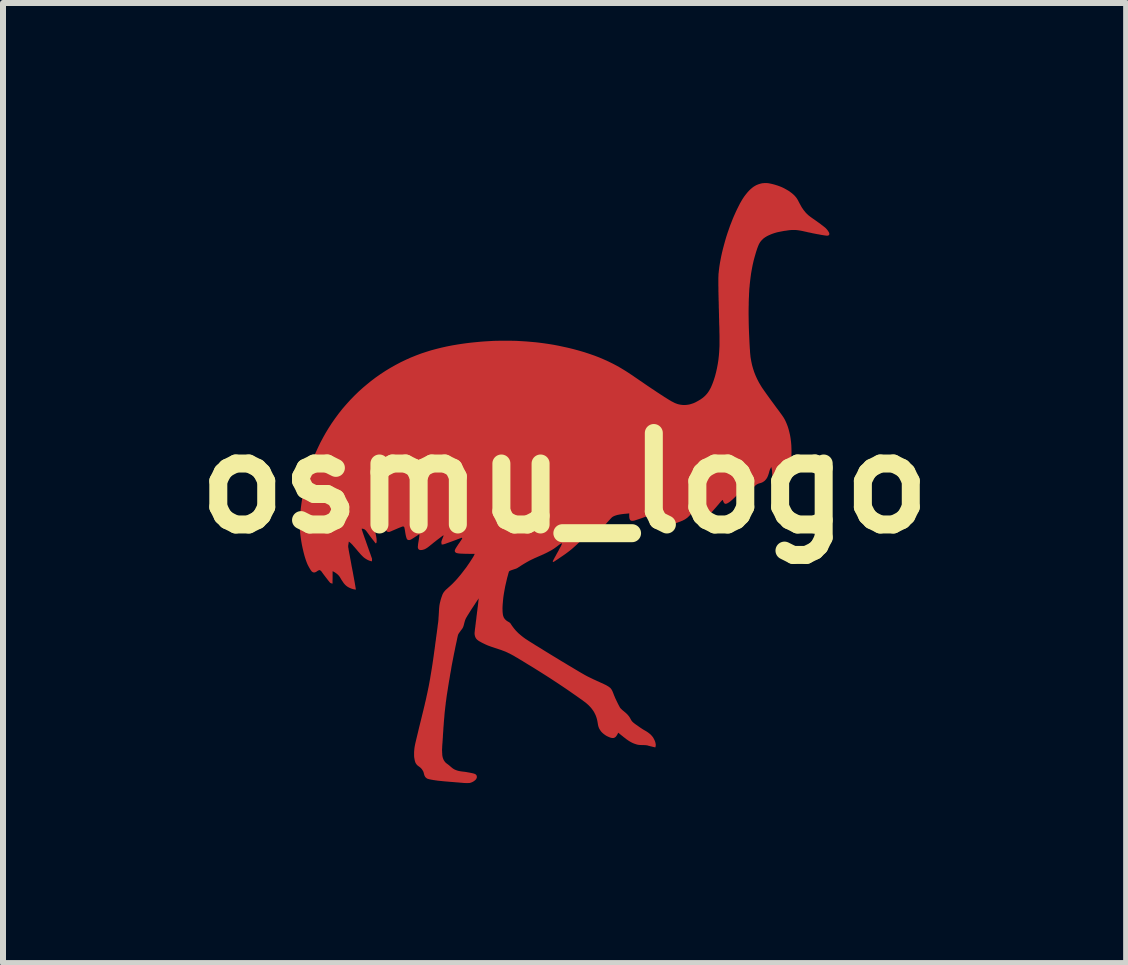
<source format=kicad_pcb>
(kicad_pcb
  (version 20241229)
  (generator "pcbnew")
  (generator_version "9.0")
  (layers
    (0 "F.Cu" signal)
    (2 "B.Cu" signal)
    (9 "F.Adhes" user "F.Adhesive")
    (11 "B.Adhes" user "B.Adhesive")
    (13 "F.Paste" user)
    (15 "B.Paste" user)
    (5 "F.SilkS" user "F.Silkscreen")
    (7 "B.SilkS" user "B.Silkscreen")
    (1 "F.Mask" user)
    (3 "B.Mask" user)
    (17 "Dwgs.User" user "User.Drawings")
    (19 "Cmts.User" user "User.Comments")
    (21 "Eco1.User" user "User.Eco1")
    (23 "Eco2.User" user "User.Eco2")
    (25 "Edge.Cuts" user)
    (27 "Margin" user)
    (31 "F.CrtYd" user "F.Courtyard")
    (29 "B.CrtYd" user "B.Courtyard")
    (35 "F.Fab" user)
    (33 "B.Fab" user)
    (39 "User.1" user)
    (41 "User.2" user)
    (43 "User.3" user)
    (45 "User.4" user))
  (footprint "osmu_logo"
    (layer "F.Cu")
    (at 6.357 5)
    (property "Reference" "osmu_logo" (at 0 0 0) (layer "F.SilkS") (effects (font (size 1.524 1.524) (thickness 0.3))))
    (attr board_only exclude_from_pos_files exclude_from_bom)
    (fp_poly (pts (xy 3.391 -4.998) (xy 3.402 -4.996) (xy 3.423 -4.992) (xy 3.447 -4.987) (xy 3.472 -4.981) (xy 3.498 -4.974) (xy 3.524 -4.966) (xy 3.55 -4.958) (xy 3.575 -4.949) (xy 3.598 -4.94) (xy 3.604 -4.938) (xy 3.638 -4.923) (xy 3.671 -4.906) (xy 3.703 -4.888) (xy 3.734 -4.87) (xy 3.762 -4.85) (xy 3.789 -4.83) (xy 3.812 -4.81) (xy 3.821 -4.802) (xy 3.833 -4.79) (xy 3.843 -4.779) (xy 3.852 -4.768) (xy 3.861 -4.757) (xy 3.87 -4.745) (xy 3.878 -4.732) (xy 3.887 -4.717) (xy 3.896 -4.7) (xy 3.906 -4.68) (xy 3.907 -4.679) (xy 3.921 -4.652) (xy 3.934 -4.629) (xy 3.946 -4.607) (xy 3.958 -4.587) (xy 3.971 -4.569) (xy 3.983 -4.551) (xy 3.996 -4.535) (xy 4.01 -4.518) (xy 4.016 -4.51) (xy 4.03 -4.495) (xy 4.045 -4.481) (xy 4.059 -4.467) (xy 4.075 -4.454) (xy 4.093 -4.44) (xy 4.112 -4.426) (xy 4.132 -4.412) (xy 4.148 -4.401) (xy 4.164 -4.39) (xy 4.182 -4.377) (xy 4.2 -4.364) (xy 4.218 -4.351) (xy 4.237 -4.338) (xy 4.255 -4.325) (xy 4.272 -4.312) (xy 4.288 -4.299) (xy 4.304 -4.288) (xy 4.317 -4.277) (xy 4.33 -4.267) (xy 4.34 -4.259) (xy 4.348 -4.252) (xy 4.351 -4.249) (xy 4.36 -4.24) (xy 4.369 -4.23) (xy 4.379 -4.218) (xy 4.388 -4.206) (xy 4.395 -4.195) (xy 4.402 -4.184) (xy 4.407 -4.175) (xy 4.409 -4.17) (xy 4.412 -4.161) (xy 4.412 -4.152) (xy 4.411 -4.143) (xy 4.409 -4.137) (xy 4.408 -4.136) (xy 4.405 -4.133) (xy 4.4 -4.129) (xy 4.397 -4.127) (xy 4.392 -4.125) (xy 4.385 -4.124) (xy 4.378 -4.123) (xy 4.368 -4.123) (xy 4.357 -4.124) (xy 4.343 -4.126) (xy 4.326 -4.128) (xy 4.321 -4.129) (xy 4.304 -4.132) (xy 4.284 -4.135) (xy 4.262 -4.139) (xy 4.238 -4.144) (xy 4.213 -4.148) (xy 4.187 -4.153) (xy 4.161 -4.158) (xy 4.135 -4.163) (xy 4.11 -4.169) (xy 4.086 -4.174) (xy 4.064 -4.178) (xy 4.043 -4.183) (xy 4.036 -4.185) (xy 4.007 -4.191) (xy 3.981 -4.197) (xy 3.958 -4.202) (xy 3.937 -4.206) (xy 3.918 -4.209) (xy 3.9 -4.212) (xy 3.884 -4.214) (xy 3.868 -4.216) (xy 3.853 -4.217) (xy 3.838 -4.218) (xy 3.823 -4.218) (xy 3.807 -4.218) (xy 3.803 -4.218) (xy 3.791 -4.217) (xy 3.778 -4.217) (xy 3.766 -4.216) (xy 3.752 -4.215) (xy 3.737 -4.213) (xy 3.721 -4.211) (xy 3.703 -4.208) (xy 3.682 -4.205) (xy 3.664 -4.203) (xy 3.621 -4.195) (xy 3.58 -4.187) (xy 3.542 -4.179) (xy 3.507 -4.169) (xy 3.473 -4.158) (xy 3.441 -4.146) (xy 3.41 -4.132) (xy 3.396 -4.126) (xy 3.376 -4.116) (xy 3.359 -4.106) (xy 3.344 -4.097) (xy 3.33 -4.087) (xy 3.316 -4.077) (xy 3.303 -4.065) (xy 3.3 -4.061) (xy 3.285 -4.047) (xy 3.272 -4.032) (xy 3.26 -4.016) (xy 3.25 -4) (xy 3.24 -3.982) (xy 3.231 -3.962) (xy 3.222 -3.94) (xy 3.213 -3.915) (xy 3.212 -3.914) (xy 3.19 -3.846) (xy 3.17 -3.777) (xy 3.151 -3.707) (xy 3.135 -3.637) (xy 3.121 -3.565) (xy 3.108 -3.491) (xy 3.098 -3.416) (xy 3.089 -3.338) (xy 3.085 -3.299) (xy 3.083 -3.272) (xy 3.08 -3.246) (xy 3.078 -3.219) (xy 3.077 -3.193) (xy 3.075 -3.165) (xy 3.074 -3.137) (xy 3.073 -3.108) (xy 3.071 -3.076) (xy 3.07 -3.043) (xy 3.069 -3.007) (xy 3.069 -2.969) (xy 3.068 -2.947) (xy 3.067 -2.88) (xy 3.067 -2.811) (xy 3.068 -2.738) (xy 3.069 -2.663) (xy 3.071 -2.586) (xy 3.074 -2.505) (xy 3.078 -2.421) (xy 3.082 -2.334) (xy 3.087 -2.245) (xy 3.088 -2.233) (xy 3.09 -2.209) (xy 3.091 -2.189) (xy 3.092 -2.17) (xy 3.094 -2.153) (xy 3.095 -2.138) (xy 3.097 -2.124) (xy 3.098 -2.11) (xy 3.1 -2.096) (xy 3.101 -2.088) (xy 3.112 -2.026) (xy 3.125 -1.966) (xy 3.142 -1.906) (xy 3.161 -1.848) (xy 3.184 -1.79) (xy 3.21 -1.733) (xy 3.239 -1.677) (xy 3.272 -1.621) (xy 3.288 -1.595) (xy 3.296 -1.583) (xy 3.306 -1.569) (xy 3.318 -1.552) (xy 3.331 -1.533) (xy 3.346 -1.512) (xy 3.362 -1.489) (xy 3.38 -1.464) (xy 3.399 -1.438) (xy 3.419 -1.41) (xy 3.44 -1.381) (xy 3.463 -1.35) (xy 3.486 -1.319) (xy 3.51 -1.286) (xy 3.534 -1.253) (xy 3.56 -1.219) (xy 3.57 -1.205) (xy 3.585 -1.185) (xy 3.598 -1.166) (xy 3.61 -1.151) (xy 3.62 -1.136) (xy 3.629 -1.124) (xy 3.637 -1.112) (xy 3.644 -1.102) (xy 3.65 -1.092) (xy 3.656 -1.083) (xy 3.661 -1.074) (xy 3.666 -1.065) (xy 3.671 -1.056) (xy 3.676 -1.046) (xy 3.681 -1.036) (xy 3.7 -0.993) (xy 3.718 -0.947) (xy 3.733 -0.899) (xy 3.746 -0.849) (xy 3.758 -0.797) (xy 3.767 -0.743) (xy 3.774 -0.687) (xy 3.779 -0.63) (xy 3.781 -0.571) (xy 3.782 -0.51) (xy 3.781 -0.496) (xy 3.781 -0.475) (xy 3.78 -0.456) (xy 3.78 -0.44) (xy 3.779 -0.426) (xy 3.778 -0.413) (xy 3.776 -0.401) (xy 3.774 -0.39) (xy 3.771 -0.378) (xy 3.767 -0.366) (xy 3.763 -0.353) (xy 3.758 -0.338) (xy 3.752 -0.321) (xy 3.745 -0.302) (xy 3.743 -0.297) (xy 3.738 -0.285) (xy 3.734 -0.275) (xy 3.731 -0.269) (xy 3.727 -0.264) (xy 3.724 -0.261) (xy 3.721 -0.26) (xy 3.719 -0.26) (xy 3.714 -0.261) (xy 3.709 -0.263) (xy 3.705 -0.268) (xy 3.7 -0.275) (xy 3.695 -0.285) (xy 3.69 -0.297) (xy 3.684 -0.313) (xy 3.683 -0.314) (xy 3.681 -0.322) (xy 3.678 -0.329) (xy 3.676 -0.334) (xy 3.675 -0.336) (xy 3.675 -0.337) (xy 3.673 -0.337) (xy 3.67 -0.335) (xy 3.665 -0.331) (xy 3.66 -0.325) (xy 3.653 -0.318) (xy 3.651 -0.315) (xy 3.643 -0.305) (xy 3.635 -0.294) (xy 3.627 -0.283) (xy 3.62 -0.27) (xy 3.613 -0.256) (xy 3.605 -0.24) (xy 3.597 -0.222) (xy 3.588 -0.202) (xy 3.578 -0.179) (xy 3.569 -0.158) (xy 3.56 -0.141) (xy 3.552 -0.125) (xy 3.544 -0.112) (xy 3.536 -0.099) (xy 3.528 -0.088) (xy 3.528 -0.088) (xy 3.524 -0.083) (xy 3.519 -0.077) (xy 3.513 -0.071) (xy 3.507 -0.065) (xy 3.502 -0.06) (xy 3.497 -0.055) (xy 3.494 -0.053) (xy 3.493 -0.052) (xy 3.491 -0.054) (xy 3.488 -0.057) (xy 3.485 -0.063) (xy 3.481 -0.069) (xy 3.477 -0.076) (xy 3.474 -0.083) (xy 3.474 -0.084) (xy 3.47 -0.093) (xy 3.467 -0.101) (xy 3.465 -0.11) (xy 3.463 -0.12) (xy 3.462 -0.132) (xy 3.461 -0.145) (xy 3.46 -0.161) (xy 3.459 -0.176) (xy 3.458 -0.193) (xy 3.457 -0.209) (xy 3.455 -0.222) (xy 3.453 -0.233) (xy 3.451 -0.243) (xy 3.449 -0.253) (xy 3.448 -0.255) (xy 3.444 -0.268) (xy 3.436 -0.252) (xy 3.429 -0.238) (xy 3.423 -0.227) (xy 3.419 -0.215) (xy 3.415 -0.204) (xy 3.411 -0.191) (xy 3.41 -0.184) (xy 3.402 -0.157) (xy 3.394 -0.133) (xy 3.386 -0.112) (xy 3.377 -0.093) (xy 3.367 -0.076) (xy 3.366 -0.075) (xy 3.352 -0.057) (xy 3.338 -0.041) (xy 3.321 -0.028) (xy 3.303 -0.016) (xy 3.283 -0.007) (xy 3.261 0.000075) (xy 3.258 0.001) (xy 3.239 0.006) (xy 3.223 0.012) (xy 3.209 0.019) (xy 3.197 0.027) (xy 3.184 0.036) (xy 3.174 0.046) (xy 3.168 0.052) (xy 3.163 0.057) (xy 3.158 0.063) (xy 3.153 0.069) (xy 3.147 0.077) (xy 3.14 0.086) (xy 3.132 0.097) (xy 3.125 0.107) (xy 3.111 0.126) (xy 3.098 0.143) (xy 3.087 0.157) (xy 3.076 0.169) (xy 3.067 0.179) (xy 3.058 0.187) (xy 3.05 0.194) (xy 3.041 0.2) (xy 3.033 0.204) (xy 3.025 0.208) (xy 3.024 0.208) (xy 3.018 0.21) (xy 3.011 0.212) (xy 3.003 0.214) (xy 2.994 0.216) (xy 2.986 0.218) (xy 2.979 0.22) (xy 2.974 0.22) (xy 2.973 0.22) (xy 2.972 0.22) (xy 2.971 0.219) (xy 2.97 0.217) (xy 2.968 0.214) (xy 2.967 0.208) (xy 2.965 0.201) (xy 2.963 0.192) (xy 2.96 0.179) (xy 2.958 0.171) (xy 2.955 0.159) (xy 2.953 0.148) (xy 2.95 0.139) (xy 2.949 0.131) (xy 2.947 0.126) (xy 2.946 0.123) (xy 2.946 0.123) (xy 2.945 0.124) (xy 2.942 0.127) (xy 2.937 0.132) (xy 2.931 0.139) (xy 2.924 0.146) (xy 2.917 0.153) (xy 2.896 0.177) (xy 2.874 0.199) (xy 2.854 0.22) (xy 2.834 0.24) (xy 2.815 0.258) (xy 2.798 0.274) (xy 2.783 0.287) (xy 2.769 0.299) (xy 2.769 0.299) (xy 2.751 0.313) (xy 2.735 0.324) (xy 2.72 0.333) (xy 2.708 0.339) (xy 2.697 0.343) (xy 2.687 0.345) (xy 2.679 0.345) (xy 2.677 0.345) (xy 2.669 0.341) (xy 2.661 0.334) (xy 2.654 0.324) (xy 2.648 0.312) (xy 2.642 0.296) (xy 2.641 0.293) (xy 2.639 0.287) (xy 2.637 0.283) (xy 2.636 0.28) (xy 2.636 0.28) (xy 2.634 0.281) (xy 2.63 0.283) (xy 2.626 0.287) (xy 2.62 0.292) (xy 2.614 0.298) (xy 2.608 0.304) (xy 2.607 0.305) (xy 2.604 0.309) (xy 2.599 0.315) (xy 2.592 0.322) (xy 2.585 0.331) (xy 2.576 0.342) (xy 2.567 0.353) (xy 2.557 0.364) (xy 2.553 0.369) (xy 2.53 0.396) (xy 2.509 0.42) (xy 2.49 0.441) (xy 2.473 0.461) (xy 2.458 0.478) (xy 2.443 0.493) (xy 2.43 0.506) (xy 2.419 0.518) (xy 2.409 0.528) (xy 2.399 0.536) (xy 2.392 0.542) (xy 2.374 0.554) (xy 2.354 0.566) (xy 2.332 0.578) (xy 2.313 0.588) (xy 2.298 0.595) (xy 2.285 0.6) (xy 2.275 0.604) (xy 2.266 0.606) (xy 2.259 0.607) (xy 2.257 0.607) (xy 2.248 0.607) (xy 2.242 0.604) (xy 2.237 0.599) (xy 2.234 0.592) (xy 2.233 0.582) (xy 2.233 0.58) (xy 2.233 0.577) (xy 2.233 0.573) (xy 2.233 0.569) (xy 2.233 0.565) (xy 2.234 0.559) (xy 2.235 0.553) (xy 2.237 0.544) (xy 2.239 0.534) (xy 2.241 0.522) (xy 2.244 0.507) (xy 2.247 0.49) (xy 2.251 0.471) (xy 2.256 0.446) (xy 2.26 0.425) (xy 2.264 0.406) (xy 2.267 0.389) (xy 2.27 0.375) (xy 2.272 0.363) (xy 2.274 0.353) (xy 2.276 0.344) (xy 2.277 0.337) (xy 2.278 0.331) (xy 2.279 0.326) (xy 2.279 0.322) (xy 2.279 0.318) (xy 2.28 0.315) (xy 2.28 0.312) (xy 2.28 0.308) (xy 2.28 0.288) (xy 2.273 0.285) (xy 2.266 0.283) (xy 2.24 0.32) (xy 2.234 0.329) (xy 2.226 0.341) (xy 2.217 0.354) (xy 2.207 0.369) (xy 2.196 0.384) (xy 2.186 0.399) (xy 2.176 0.414) (xy 2.171 0.422) (xy 2.158 0.442) (xy 2.146 0.459) (xy 2.136 0.474) (xy 2.127 0.487) (xy 2.119 0.498) (xy 2.112 0.508) (xy 2.105 0.516) (xy 2.098 0.524) (xy 2.092 0.531) (xy 2.086 0.538) (xy 2.08 0.545) (xy 2.062 0.562) (xy 2.045 0.578) (xy 2.026 0.591) (xy 2.007 0.604) (xy 1.986 0.615) (xy 1.963 0.627) (xy 1.954 0.63) (xy 1.947 0.633) (xy 1.938 0.637) (xy 1.928 0.641) (xy 1.917 0.645) (xy 1.905 0.649) (xy 1.893 0.654) (xy 1.881 0.658) (xy 1.87 0.662) (xy 1.86 0.666) (xy 1.851 0.669) (xy 1.844 0.671) (xy 1.839 0.673) (xy 1.837 0.673) (xy 1.837 0.673) (xy 1.836 0.671) (xy 1.834 0.667) (xy 1.832 0.66) (xy 1.829 0.652) (xy 1.825 0.643) (xy 1.825 0.643) (xy 1.821 0.632) (xy 1.817 0.624) (xy 1.815 0.619) (xy 1.813 0.615) (xy 1.811 0.614) (xy 1.811 0.614) (xy 1.807 0.615) (xy 1.799 0.616) (xy 1.789 0.619) (xy 1.776 0.623) (xy 1.76 0.628) (xy 1.741 0.634) (xy 1.721 0.641) (xy 1.698 0.649) (xy 1.672 0.658) (xy 1.669 0.659) (xy 1.642 0.669) (xy 1.618 0.676) (xy 1.596 0.683) (xy 1.576 0.688) (xy 1.557 0.692) (xy 1.538 0.695) (xy 1.52 0.697) (xy 1.501 0.698) (xy 1.501 0.698) (xy 1.491 0.699) (xy 1.48 0.698) (xy 1.468 0.698) (xy 1.457 0.697) (xy 1.446 0.696) (xy 1.437 0.695) (xy 1.429 0.694) (xy 1.423 0.692) (xy 1.42 0.691) (xy 1.42 0.689) (xy 1.421 0.684) (xy 1.423 0.677) (xy 1.426 0.668) (xy 1.429 0.657) (xy 1.433 0.644) (xy 1.437 0.629) (xy 1.441 0.614) (xy 1.443 0.607) (xy 1.448 0.591) (xy 1.453 0.576) (xy 1.457 0.563) (xy 1.46 0.55) (xy 1.463 0.54) (xy 1.466 0.532) (xy 1.467 0.526) (xy 1.468 0.523) (xy 1.468 0.523) (xy 1.467 0.522) (xy 1.462 0.523) (xy 1.455 0.525) (xy 1.444 0.528) (xy 1.431 0.533) (xy 1.415 0.538) (xy 1.396 0.544) (xy 1.375 0.552) (xy 1.35 0.561) (xy 1.346 0.562) (xy 1.316 0.573) (xy 1.288 0.583) (xy 1.262 0.592) (xy 1.238 0.6) (xy 1.217 0.607) (xy 1.199 0.613) (xy 1.183 0.618) (xy 1.17 0.622) (xy 1.166 0.623) (xy 1.156 0.626) (xy 1.147 0.627) (xy 1.137 0.628) (xy 1.131 0.628) (xy 1.123 0.628) (xy 1.117 0.627) (xy 1.112 0.627) (xy 1.109 0.626) (xy 1.105 0.624) (xy 1.098 0.619) (xy 1.092 0.613) (xy 1.088 0.606) (xy 1.084 0.596) (xy 1.081 0.584) (xy 1.079 0.569) (xy 1.078 0.552) (xy 1.078 0.532) (xy 1.078 0.531) (xy 1.078 0.504) (xy 1.072 0.505) (xy 1.069 0.506) (xy 1.064 0.506) (xy 1.056 0.507) (xy 1.046 0.508) (xy 1.035 0.509) (xy 1.03 0.51) (xy 1.001 0.512) (xy 0.975 0.515) (xy 0.952 0.518) (xy 0.932 0.521) (xy 0.913 0.524) (xy 0.895 0.528) (xy 0.879 0.531) (xy 0.863 0.536) (xy 0.848 0.541) (xy 0.846 0.541) (xy 0.826 0.549) (xy 0.81 0.557) (xy 0.797 0.565) (xy 0.793 0.568) (xy 0.789 0.572) (xy 0.783 0.577) (xy 0.776 0.585) (xy 0.767 0.594) (xy 0.756 0.606) (xy 0.744 0.619) (xy 0.73 0.635) (xy 0.713 0.653) (xy 0.695 0.674) (xy 0.681 0.69) (xy 0.665 0.708) (xy 0.651 0.724) (xy 0.639 0.737) (xy 0.628 0.749) (xy 0.618 0.759) (xy 0.61 0.768) (xy 0.603 0.775) (xy 0.596 0.782) (xy 0.589 0.788) (xy 0.583 0.793) (xy 0.577 0.798) (xy 0.571 0.802) (xy 0.564 0.807) (xy 0.56 0.809) (xy 0.54 0.822) (xy 0.519 0.833) (xy 0.497 0.842) (xy 0.472 0.849) (xy 0.446 0.856) (xy 0.438 0.857) (xy 0.415 0.863) (xy 0.393 0.87) (xy 0.374 0.877) (xy 0.356 0.886) (xy 0.341 0.895) (xy 0.337 0.899) (xy 0.331 0.904) (xy 0.322 0.912) (xy 0.312 0.921) (xy 0.3 0.933) (xy 0.286 0.946) (xy 0.271 0.96) (xy 0.271 0.96) (xy 0.245 0.986) (xy 0.22 1.009) (xy 0.198 1.03) (xy 0.177 1.049) (xy 0.157 1.067) (xy 0.139 1.083) (xy 0.121 1.099) (xy 0.103 1.113) (xy 0.086 1.127) (xy 0.069 1.14) (xy 0.052 1.153) (xy 0.045 1.158) (xy 0.014 1.181) (xy -0.016 1.202) (xy -0.047 1.223) (xy -0.078 1.244) (xy -0.11 1.266) (xy -0.144 1.288) (xy -0.145 1.289) (xy -0.185 1.315) (xy -0.191 1.31) (xy -0.198 1.305) (xy -0.194 1.298) (xy -0.19 1.29) (xy -0.185 1.28) (xy -0.179 1.268) (xy -0.171 1.254) (xy -0.163 1.238) (xy -0.153 1.221) (xy -0.143 1.203) (xy -0.133 1.183) (xy -0.122 1.164) (xy -0.111 1.144) (xy -0.103 1.13) (xy -0.093 1.11) (xy -0.084 1.093) (xy -0.076 1.079) (xy -0.069 1.067) (xy -0.064 1.057) (xy -0.059 1.048) (xy -0.056 1.041) (xy -0.053 1.036) (xy -0.051 1.031) (xy -0.049 1.027) (xy -0.048 1.024) (xy -0.047 1.022) (xy -0.047 1.019) (xy -0.047 1.016) (xy -0.046 1.013) (xy -0.046 1.013) (xy -0.046 1.007) (xy -0.045 1.002) (xy -0.046 1) (xy -0.046 1) (xy -0.068 1.013) (xy -0.088 1.026) (xy -0.102 1.037) (xy -0.127 1.056) (xy -0.151 1.074) (xy -0.175 1.091) (xy -0.2 1.107) (xy -0.225 1.122) (xy -0.253 1.137) (xy -0.283 1.153) (xy -0.303 1.163) (xy -0.315 1.169) (xy -0.326 1.174) (xy -0.337 1.179) (xy -0.348 1.185) (xy -0.359 1.19) (xy -0.372 1.195) (xy -0.386 1.202) (xy -0.401 1.208) (xy -0.419 1.216) (xy -0.435 1.223) (xy -0.458 1.233) (xy -0.477 1.242) (xy -0.495 1.249) (xy -0.511 1.257) (xy -0.526 1.264) (xy -0.54 1.271) (xy -0.554 1.277) (xy -0.569 1.285) (xy -0.576 1.288) (xy -0.625 1.315) (xy -0.673 1.343) (xy -0.72 1.372) (xy -0.751 1.393) (xy -0.761 1.399) (xy -0.771 1.405) (xy -0.78 1.411) (xy -0.788 1.416) (xy -0.795 1.42) (xy -0.796 1.42) (xy -0.802 1.423) (xy -0.811 1.426) (xy -0.821 1.43) (xy -0.832 1.433) (xy -0.843 1.437) (xy -0.846 1.438) (xy -0.864 1.444) (xy -0.88 1.449) (xy -0.893 1.454) (xy -0.903 1.458) (xy -0.912 1.462) (xy -0.918 1.466) (xy -0.923 1.47) (xy -0.926 1.474) (xy -0.927 1.476) (xy -0.928 1.479) (xy -0.93 1.485) (xy -0.932 1.494) (xy -0.936 1.505) (xy -0.939 1.518) (xy -0.943 1.532) (xy -0.947 1.548) (xy -0.952 1.565) (xy -0.957 1.583) (xy -0.957 1.584) (xy -0.973 1.652) (xy -0.988 1.717) (xy -1 1.781) (xy -1.011 1.843) (xy -1.02 1.904) (xy -1.026 1.964) (xy -1.031 2.024) (xy -1.032 2.039) (xy -1.033 2.061) (xy -1.034 2.084) (xy -1.033 2.106) (xy -1.033 2.128) (xy -1.032 2.149) (xy -1.03 2.168) (xy -1.028 2.185) (xy -1.026 2.199) (xy -1.026 2.2) (xy -1.019 2.222) (xy -1.011 2.242) (xy -0.999 2.26) (xy -0.985 2.276) (xy -0.968 2.291) (xy -0.949 2.304) (xy -0.94 2.309) (xy -0.926 2.317) (xy -0.914 2.325) (xy -0.905 2.333) (xy -0.899 2.341) (xy -0.899 2.341) (xy -0.878 2.373) (xy -0.857 2.402) (xy -0.836 2.429) (xy -0.814 2.455) (xy -0.791 2.479) (xy -0.767 2.503) (xy -0.74 2.526) (xy -0.715 2.547) (xy -0.706 2.554) (xy -0.697 2.561) (xy -0.688 2.568) (xy -0.679 2.575) (xy -0.669 2.582) (xy -0.658 2.59) (xy -0.647 2.598) (xy -0.634 2.606) (xy -0.62 2.615) (xy -0.605 2.625) (xy -0.588 2.636) (xy -0.569 2.648) (xy -0.548 2.661) (xy -0.525 2.675) (xy -0.5 2.691) (xy -0.472 2.709) (xy -0.469 2.71) (xy -0.394 2.756) (xy -0.322 2.801) (xy -0.252 2.844) (xy -0.185 2.885) (xy -0.12 2.924) (xy -0.057 2.963) (xy 0.004 2.999) (xy 0.063 3.035) (xy 0.121 3.069) (xy 0.177 3.103) (xy 0.231 3.135) (xy 0.249 3.146) (xy 0.27 3.158) (xy 0.287 3.168) (xy 0.303 3.177) (xy 0.317 3.185) (xy 0.329 3.192) (xy 0.341 3.199) (xy 0.351 3.204) (xy 0.361 3.21) (xy 0.372 3.215) (xy 0.382 3.221) (xy 0.393 3.226) (xy 0.406 3.233) (xy 0.417 3.238) (xy 0.428 3.243) (xy 0.437 3.248) (xy 0.446 3.252) (xy 0.454 3.256) (xy 0.463 3.26) (xy 0.472 3.265) (xy 0.481 3.269) (xy 0.491 3.274) (xy 0.503 3.279) (xy 0.516 3.285) (xy 0.531 3.292) (xy 0.548 3.3) (xy 0.567 3.308) (xy 0.584 3.316) (xy 0.605 3.326) (xy 0.624 3.334) (xy 0.64 3.341) (xy 0.654 3.348) (xy 0.666 3.354) (xy 0.676 3.359) (xy 0.685 3.363) (xy 0.693 3.367) (xy 0.7 3.371) (xy 0.706 3.375) (xy 0.711 3.378) (xy 0.725 3.386) (xy 0.736 3.393) (xy 0.745 3.4) (xy 0.752 3.405) (xy 0.759 3.41) (xy 0.764 3.415) (xy 0.769 3.421) (xy 0.774 3.427) (xy 0.777 3.431) (xy 0.783 3.44) (xy 0.789 3.45) (xy 0.795 3.461) (xy 0.801 3.474) (xy 0.807 3.489) (xy 0.812 3.501) (xy 0.818 3.517) (xy 0.825 3.536) (xy 0.834 3.556) (xy 0.842 3.576) (xy 0.851 3.596) (xy 0.857 3.608) (xy 0.863 3.621) (xy 0.869 3.634) (xy 0.876 3.648) (xy 0.883 3.662) (xy 0.89 3.677) (xy 0.897 3.69) (xy 0.904 3.704) (xy 0.911 3.716) (xy 0.916 3.726) (xy 0.921 3.735) (xy 0.925 3.741) (xy 0.927 3.745) (xy 0.935 3.754) (xy 0.946 3.765) (xy 0.958 3.777) (xy 0.973 3.79) (xy 0.99 3.803) (xy 0.99 3.804) (xy 1.013 3.823) (xy 1.033 3.841) (xy 1.051 3.859) (xy 1.066 3.877) (xy 1.079 3.894) (xy 1.091 3.913) (xy 1.101 3.932) (xy 1.102 3.933) (xy 1.107 3.943) (xy 1.112 3.952) (xy 1.118 3.96) (xy 1.124 3.968) (xy 1.131 3.976) (xy 1.139 3.984) (xy 1.148 3.992) (xy 1.16 4.001) (xy 1.173 4.012) (xy 1.189 4.023) (xy 1.19 4.024) (xy 1.215 4.041) (xy 1.237 4.057) (xy 1.257 4.071) (xy 1.275 4.083) (xy 1.293 4.095) (xy 1.309 4.105) (xy 1.325 4.115) (xy 1.34 4.123) (xy 1.362 4.136) (xy 1.382 4.149) (xy 1.399 4.161) (xy 1.414 4.173) (xy 1.429 4.185) (xy 1.434 4.19) (xy 1.455 4.212) (xy 1.474 4.236) (xy 1.489 4.262) (xy 1.502 4.289) (xy 1.508 4.305) (xy 1.512 4.317) (xy 1.515 4.329) (xy 1.517 4.34) (xy 1.519 4.35) (xy 1.52 4.358) (xy 1.52 4.36) (xy 1.52 4.364) (xy 1.519 4.371) (xy 1.519 4.378) (xy 1.517 4.386) (xy 1.516 4.393) (xy 1.515 4.399) (xy 1.514 4.402) (xy 1.514 4.403) (xy 1.512 4.403) (xy 1.507 4.403) (xy 1.5 4.401) (xy 1.491 4.399) (xy 1.481 4.397) (xy 1.469 4.394) (xy 1.457 4.391) (xy 1.444 4.388) (xy 1.432 4.385) (xy 1.42 4.382) (xy 1.419 4.381) (xy 1.405 4.378) (xy 1.394 4.375) (xy 1.385 4.372) (xy 1.376 4.37) (xy 1.368 4.369) (xy 1.36 4.368) (xy 1.352 4.367) (xy 1.342 4.366) (xy 1.331 4.366) (xy 1.318 4.365) (xy 1.302 4.365) (xy 1.285 4.365) (xy 1.271 4.364) (xy 1.259 4.364) (xy 1.249 4.363) (xy 1.239 4.362) (xy 1.231 4.361) (xy 1.223 4.36) (xy 1.215 4.358) (xy 1.206 4.356) (xy 1.197 4.353) (xy 1.168 4.344) (xy 1.138 4.332) (xy 1.108 4.317) (xy 1.077 4.299) (xy 1.05 4.281) (xy 1.044 4.276) (xy 1.037 4.272) (xy 1.03 4.267) (xy 1.023 4.261) (xy 1.014 4.254) (xy 1.005 4.247) (xy 0.994 4.239) (xy 0.981 4.229) (xy 0.967 4.217) (xy 0.95 4.204) (xy 0.94 4.196) (xy 0.895 4.159) (xy 0.887 4.174) (xy 0.881 4.187) (xy 0.873 4.199) (xy 0.866 4.211) (xy 0.858 4.221) (xy 0.851 4.229) (xy 0.85 4.23) (xy 0.839 4.238) (xy 0.829 4.243) (xy 0.817 4.247) (xy 0.805 4.248) (xy 0.791 4.247) (xy 0.775 4.244) (xy 0.758 4.239) (xy 0.739 4.231) (xy 0.732 4.228) (xy 0.702 4.214) (xy 0.675 4.197) (xy 0.651 4.179) (xy 0.629 4.16) (xy 0.609 4.139) (xy 0.593 4.116) (xy 0.579 4.093) (xy 0.572 4.077) (xy 0.566 4.061) (xy 0.561 4.044) (xy 0.557 4.025) (xy 0.554 4.005) (xy 0.548 3.97) (xy 0.541 3.937) (xy 0.532 3.907) (xy 0.522 3.878) (xy 0.51 3.851) (xy 0.496 3.824) (xy 0.493 3.817) (xy 0.479 3.795) (xy 0.464 3.774) (xy 0.448 3.753) (xy 0.431 3.733) (xy 0.411 3.712) (xy 0.403 3.704) (xy 0.395 3.696) (xy 0.386 3.688) (xy 0.378 3.681) (xy 0.37 3.674) (xy 0.361 3.666) (xy 0.351 3.658) (xy 0.34 3.65) (xy 0.327 3.64) (xy 0.313 3.63) (xy 0.298 3.618) (xy 0.279 3.605) (xy 0.263 3.594) (xy 0.2 3.549) (xy 0.138 3.506) (xy 0.075 3.462) (xy 0.012 3.419) (xy -0.052 3.376) (xy -0.116 3.333) (xy -0.182 3.29) (xy -0.249 3.246) (xy -0.318 3.202) (xy -0.389 3.157) (xy -0.461 3.112) (xy -0.536 3.065) (xy -0.614 3.018) (xy -0.676 2.98) (xy -0.706 2.961) (xy -0.735 2.944) (xy -0.76 2.929) (xy -0.784 2.914) (xy -0.806 2.902) (xy -0.826 2.89) (xy -0.844 2.879) (xy -0.861 2.87) (xy -0.877 2.861) (xy -0.893 2.853) (xy -0.907 2.845) (xy -0.921 2.838) (xy -0.935 2.832) (xy -0.939 2.83) (xy -0.952 2.823) (xy -0.964 2.818) (xy -0.976 2.812) (xy -0.988 2.807) (xy -1.001 2.802) (xy -1.014 2.797) (xy -1.028 2.792) (xy -1.043 2.786) (xy -1.059 2.78) (xy -1.078 2.774) (xy -1.099 2.767) (xy -1.122 2.759) (xy -1.147 2.751) (xy -1.172 2.743) (xy -1.194 2.735) (xy -1.214 2.729) (xy -1.231 2.723) (xy -1.247 2.717) (xy -1.261 2.712) (xy -1.274 2.707) (xy -1.286 2.702) (xy -1.298 2.697) (xy -1.309 2.692) (xy -1.325 2.685) (xy -1.342 2.676) (xy -1.36 2.668) (xy -1.377 2.659) (xy -1.394 2.65) (xy -1.409 2.641) (xy -1.423 2.634) (xy -1.434 2.627) (xy -1.434 2.626) (xy -1.452 2.613) (xy -1.467 2.598) (xy -1.479 2.582) (xy -1.488 2.563) (xy -1.494 2.544) (xy -1.498 2.522) (xy -1.499 2.512) (xy -1.499 2.508) (xy -1.499 2.504) (xy -1.499 2.5) (xy -1.499 2.495) (xy -1.498 2.49) (xy -1.498 2.484) (xy -1.497 2.477) (xy -1.496 2.468) (xy -1.495 2.457) (xy -1.494 2.445) (xy -1.492 2.43) (xy -1.49 2.413) (xy -1.487 2.394) (xy -1.485 2.372) (xy -1.482 2.352) (xy -1.477 2.307) (xy -1.471 2.265) (xy -1.467 2.225) (xy -1.462 2.187) (xy -1.458 2.152) (xy -1.453 2.118) (xy -1.45 2.087) (xy -1.446 2.059) (xy -1.443 2.032) (xy -1.44 2.009) (xy -1.438 1.988) (xy -1.436 1.97) (xy -1.434 1.955) (xy -1.433 1.942) (xy -1.432 1.933) (xy -1.431 1.926) (xy -1.431 1.923) (xy -1.431 1.922) (xy -1.433 1.924) (xy -1.436 1.928) (xy -1.44 1.935) (xy -1.445 1.943) (xy -1.452 1.953) (xy -1.46 1.964) (xy -1.468 1.977) (xy -1.477 1.99) (xy -1.486 2.004) (xy -1.495 2.019) (xy -1.505 2.033) (xy -1.514 2.047) (xy -1.523 2.061) (xy -1.532 2.074) (xy -1.54 2.086) (xy -1.547 2.097) (xy -1.553 2.106) (xy -1.557 2.112) (xy -1.567 2.128) (xy -1.577 2.144) (xy -1.587 2.16) (xy -1.597 2.176) (xy -1.607 2.192) (xy -1.616 2.206) (xy -1.624 2.22) (xy -1.631 2.232) (xy -1.638 2.243) (xy -1.642 2.252) (xy -1.646 2.258) (xy -1.646 2.258) (xy -1.65 2.268) (xy -1.656 2.282) (xy -1.661 2.299) (xy -1.667 2.319) (xy -1.671 2.334) (xy -1.675 2.351) (xy -1.679 2.366) (xy -1.683 2.379) (xy -1.686 2.389) (xy -1.69 2.398) (xy -1.693 2.406) (xy -1.697 2.413) (xy -1.701 2.42) (xy -1.705 2.426) (xy -1.71 2.433) (xy -1.712 2.436) (xy -1.717 2.442) (xy -1.721 2.448) (xy -1.726 2.454) (xy -1.731 2.46) (xy -1.736 2.468) (xy -1.743 2.478) (xy -1.751 2.489) (xy -1.757 2.497) (xy -1.761 2.503) (xy -1.764 2.508) (xy -1.767 2.513) (xy -1.77 2.518) (xy -1.772 2.523) (xy -1.775 2.53) (xy -1.777 2.538) (xy -1.779 2.547) (xy -1.782 2.559) (xy -1.785 2.573) (xy -1.789 2.589) (xy -1.789 2.592) (xy -1.799 2.64) (xy -1.809 2.685) (xy -1.818 2.727) (xy -1.826 2.768) (xy -1.834 2.807) (xy -1.842 2.844) (xy -1.849 2.881) (xy -1.856 2.917) (xy -1.863 2.953) (xy -1.87 2.989) (xy -1.877 3.025) (xy -1.884 3.063) (xy -1.89 3.102) (xy -1.897 3.142) (xy -1.905 3.184) (xy -1.912 3.229) (xy -1.92 3.277) (xy -1.924 3.296) (xy -1.932 3.348) (xy -1.94 3.396) (xy -1.947 3.443) (xy -1.954 3.487) (xy -1.961 3.53) (xy -1.967 3.572) (xy -1.972 3.613) (xy -1.978 3.652) (xy -1.982 3.692) (xy -1.987 3.731) (xy -1.991 3.77) (xy -1.996 3.81) (xy -2 3.851) (xy -2.003 3.893) (xy -2.007 3.936) (xy -2.011 3.98) (xy -2.014 4.027) (xy -2.018 4.076) (xy -2.021 4.128) (xy -2.025 4.182) (xy -2.026 4.198) (xy -2.027 4.218) (xy -2.028 4.24) (xy -2.03 4.262) (xy -2.031 4.285) (xy -2.033 4.308) (xy -2.034 4.329) (xy -2.036 4.348) (xy -2.037 4.362) (xy -2.038 4.38) (xy -2.039 4.394) (xy -2.039 4.407) (xy -2.04 4.418) (xy -2.04 4.427) (xy -2.041 4.436) (xy -2.041 4.443) (xy -2.041 4.451) (xy -2.041 4.46) (xy -2.04 4.469) (xy -2.04 4.48) (xy -2.04 4.482) (xy -2.039 4.498) (xy -2.038 4.512) (xy -2.038 4.524) (xy -2.037 4.533) (xy -2.036 4.542) (xy -2.035 4.55) (xy -2.033 4.557) (xy -2.031 4.565) (xy -2.031 4.568) (xy -2.023 4.592) (xy -2.013 4.615) (xy -2 4.635) (xy -1.994 4.643) (xy -1.99 4.649) (xy -1.985 4.654) (xy -1.98 4.658) (xy -1.975 4.664) (xy -1.968 4.669) (xy -1.959 4.676) (xy -1.948 4.684) (xy -1.947 4.685) (xy -1.936 4.693) (xy -1.925 4.702) (xy -1.914 4.711) (xy -1.904 4.72) (xy -1.899 4.724) (xy -1.884 4.737) (xy -1.87 4.748) (xy -1.857 4.758) (xy -1.843 4.766) (xy -1.831 4.773) (xy -1.814 4.78) (xy -1.796 4.787) (xy -1.777 4.793) (xy -1.756 4.798) (xy -1.733 4.802) (xy -1.707 4.806) (xy -1.688 4.808) (xy -1.662 4.811) (xy -1.635 4.815) (xy -1.608 4.82) (xy -1.58 4.825) (xy -1.555 4.83) (xy -1.531 4.835) (xy -1.516 4.839) (xy -1.5 4.844) (xy -1.487 4.85) (xy -1.477 4.857) (xy -1.469 4.866) (xy -1.464 4.877) (xy -1.462 4.887) (xy -1.461 4.899) (xy -1.463 4.911) (xy -1.468 4.923) (xy -1.475 4.935) (xy -1.486 4.947) (xy -1.5 4.959) (xy -1.504 4.962) (xy -1.525 4.976) (xy -1.546 4.986) (xy -1.567 4.993) (xy -1.573 4.995) (xy -1.578 4.996) (xy -1.583 4.997) (xy -1.588 4.997) (xy -1.595 4.997) (xy -1.604 4.998) (xy -1.615 4.998) (xy -1.619 4.998) (xy -1.629 4.998) (xy -1.639 4.998) (xy -1.649 4.998) (xy -1.66 4.997) (xy -1.672 4.997) (xy -1.685 4.996) (xy -1.7 4.995) (xy -1.718 4.993) (xy -1.723 4.993) (xy -1.765 4.989) (xy -1.805 4.986) (xy -1.842 4.983) (xy -1.875 4.98) (xy -1.906 4.978) (xy -1.935 4.975) (xy -1.962 4.973) (xy -1.986 4.971) (xy -2.008 4.969) (xy -2.029 4.967) (xy -2.047 4.965) (xy -2.065 4.963) (xy -2.081 4.962) (xy -2.095 4.96) (xy -2.109 4.959) (xy -2.122 4.957) (xy -2.134 4.955) (xy -2.146 4.954) (xy -2.157 4.952) (xy -2.168 4.95) (xy -2.179 4.949) (xy -2.19 4.947) (xy -2.201 4.945) (xy -2.212 4.943) (xy -2.224 4.941) (xy -2.242 4.937) (xy -2.257 4.934) (xy -2.27 4.93) (xy -2.281 4.927) (xy -2.29 4.923) (xy -2.298 4.918) (xy -2.305 4.912) (xy -2.312 4.906) (xy -2.312 4.906) (xy -2.32 4.898) (xy -2.325 4.89) (xy -2.33 4.88) (xy -2.335 4.87) (xy -2.339 4.857) (xy -2.342 4.846) (xy -2.346 4.83) (xy -2.35 4.816) (xy -2.355 4.804) (xy -2.361 4.793) (xy -2.366 4.785) (xy -2.376 4.769) (xy -2.387 4.756) (xy -2.401 4.742) (xy -2.416 4.73) (xy -2.432 4.718) (xy -2.447 4.707) (xy -2.459 4.696) (xy -2.469 4.683) (xy -2.478 4.67) (xy -2.486 4.654) (xy -2.492 4.636) (xy -2.497 4.616) (xy -2.501 4.593) (xy -2.504 4.578) (xy -2.505 4.568) (xy -2.506 4.558) (xy -2.507 4.548) (xy -2.507 4.537) (xy -2.507 4.524) (xy -2.507 4.51) (xy -2.507 4.488) (xy -2.506 4.467) (xy -2.504 4.446) (xy -2.502 4.425) (xy -2.499 4.402) (xy -2.495 4.378) (xy -2.49 4.353) (xy -2.484 4.325) (xy -2.479 4.305) (xy -2.461 4.229) (xy -2.442 4.151) (xy -2.423 4.07) (xy -2.402 3.986) (xy -2.392 3.946) (xy -2.381 3.901) (xy -2.371 3.859) (xy -2.361 3.819) (xy -2.352 3.783) (xy -2.344 3.748) (xy -2.336 3.716) (xy -2.329 3.686) (xy -2.323 3.658) (xy -2.316 3.631) (xy -2.31 3.605) (xy -2.305 3.581) (xy -2.3 3.557) (xy -2.295 3.534) (xy -2.29 3.512) (xy -2.285 3.49) (xy -2.281 3.469) (xy -2.276 3.447) (xy -2.272 3.425) (xy -2.27 3.416) (xy -2.26 3.368) (xy -2.251 3.317) (xy -2.241 3.264) (xy -2.232 3.208) (xy -2.222 3.149) (xy -2.212 3.088) (xy -2.202 3.024) (xy -2.192 2.957) (xy -2.182 2.887) (xy -2.172 2.813) (xy -2.168 2.785) (xy -2.167 2.776) (xy -2.165 2.765) (xy -2.163 2.75) (xy -2.161 2.734) (xy -2.158 2.715) (xy -2.156 2.694) (xy -2.153 2.672) (xy -2.15 2.649) (xy -2.146 2.624) (xy -2.143 2.599) (xy -2.14 2.573) (xy -2.136 2.548) (xy -2.133 2.522) (xy -2.129 2.497) (xy -2.126 2.472) (xy -2.123 2.449) (xy -2.12 2.426) (xy -2.117 2.405) (xy -2.115 2.386) (xy -2.113 2.369) (xy -2.111 2.354) (xy -2.109 2.342) (xy -2.108 2.333) (xy -2.107 2.33) (xy -2.105 2.312) (xy -2.103 2.293) (xy -2.101 2.271) (xy -2.1 2.247) (xy -2.098 2.221) (xy -2.096 2.191) (xy -2.096 2.187) (xy -2.094 2.158) (xy -2.093 2.132) (xy -2.091 2.109) (xy -2.09 2.088) (xy -2.088 2.068) (xy -2.086 2.05) (xy -2.084 2.034) (xy -2.081 2.018) (xy -2.078 2.002) (xy -2.074 1.986) (xy -2.07 1.97) (xy -2.066 1.953) (xy -2.061 1.936) (xy -2.055 1.916) (xy -2.048 1.895) (xy -2.047 1.893) (xy -2.041 1.876) (xy -2.035 1.859) (xy -2.028 1.845) (xy -2.021 1.831) (xy -2.012 1.818) (xy -2.002 1.805) (xy -1.991 1.792) (xy -1.978 1.778) (xy -1.962 1.764) (xy -1.944 1.748) (xy -1.94 1.744) (xy -1.914 1.721) (xy -1.889 1.698) (xy -1.863 1.673) (xy -1.838 1.647) (xy -1.812 1.62) (xy -1.786 1.591) (xy -1.76 1.56) (xy -1.732 1.527) (xy -1.704 1.491) (xy -1.675 1.453) (xy -1.645 1.414) (xy -1.635 1.401) (xy -1.625 1.386) (xy -1.614 1.37) (xy -1.603 1.354) (xy -1.591 1.337) (xy -1.579 1.319) (xy -1.568 1.302) (xy -1.557 1.285) (xy -1.546 1.268) (xy -1.536 1.252) (xy -1.527 1.238) (xy -1.519 1.225) (xy -1.513 1.213) (xy -1.508 1.204) (xy -1.504 1.197) (xy -1.503 1.194) (xy -1.501 1.188) (xy -1.499 1.183) (xy -1.498 1.18) (xy -1.497 1.18) (xy -1.499 1.179) (xy -1.503 1.179) (xy -1.51 1.179) (xy -1.52 1.179) (xy -1.53 1.179) (xy -1.542 1.179) (xy -1.55 1.179) (xy -1.586 1.179) (xy -1.619 1.178) (xy -1.65 1.178) (xy -1.678 1.177) (xy -1.703 1.176) (xy -1.726 1.175) (xy -1.746 1.174) (xy -1.763 1.172) (xy -1.777 1.17) (xy -1.787 1.168) (xy -1.8 1.165) (xy -1.811 1.159) (xy -1.819 1.152) (xy -1.825 1.145) (xy -1.828 1.136) (xy -1.828 1.135) (xy -1.829 1.13) (xy -1.829 1.125) (xy -1.828 1.12) (xy -1.826 1.114) (xy -1.823 1.107) (xy -1.82 1.099) (xy -1.815 1.09) (xy -1.808 1.079) (xy -1.801 1.067) (xy -1.792 1.053) (xy -1.781 1.037) (xy -1.769 1.018) (xy -1.755 0.999) (xy -1.743 0.981) (xy -1.733 0.966) (xy -1.724 0.953) (xy -1.717 0.942) (xy -1.712 0.934) (xy -1.708 0.928) (xy -1.706 0.924) (xy -1.705 0.921) (xy -1.705 0.921) (xy -1.705 0.919) (xy -1.707 0.917) (xy -1.709 0.912) (xy -1.711 0.91) (xy -1.712 0.91) (xy -1.717 0.912) (xy -1.723 0.914) (xy -1.733 0.918) (xy -1.744 0.922) (xy -1.756 0.926) (xy -1.77 0.932) (xy -1.786 0.937) (xy -1.797 0.942) (xy -1.827 0.953) (xy -1.854 0.963) (xy -1.878 0.972) (xy -1.9 0.98) (xy -1.919 0.987) (xy -1.936 0.993) (xy -1.951 0.998) (xy -1.964 1.003) (xy -1.976 1.007) (xy -1.985 1.011) (xy -1.994 1.013) (xy -2.001 1.016) (xy -2.007 1.018) (xy -2.012 1.019) (xy -2.017 1.02) (xy -2.021 1.021) (xy -2.024 1.022) (xy -2.028 1.022) (xy -2.031 1.023) (xy -2.035 1.023) (xy -2.036 1.023) (xy -2.047 1.024) (xy -2.05 1.009) (xy -2.051 1.001) (xy -2.052 0.993) (xy -2.053 0.986) (xy -2.053 0.984) (xy -2.052 0.978) (xy -2.05 0.969) (xy -2.047 0.958) (xy -2.042 0.944) (xy -2.036 0.929) (xy -2.029 0.91) (xy -2.027 0.906) (xy -2.015 0.876) (xy -2.018 0.873) (xy -2.019 0.873) (xy -2.021 0.872) (xy -2.022 0.872) (xy -2.024 0.873) (xy -2.027 0.875) (xy -2.031 0.878) (xy -2.037 0.882) (xy -2.045 0.888) (xy -2.054 0.895) (xy -2.066 0.903) (xy -2.069 0.906) (xy -2.087 0.92) (xy -2.104 0.932) (xy -2.119 0.944) (xy -2.132 0.954) (xy -2.145 0.964) (xy -2.157 0.974) (xy -2.17 0.984) (xy -2.183 0.994) (xy -2.197 1.005) (xy -2.205 1.013) (xy -2.225 1.028) (xy -2.242 1.042) (xy -2.257 1.054) (xy -2.27 1.064) (xy -2.282 1.073) (xy -2.292 1.08) (xy -2.302 1.086) (xy -2.311 1.091) (xy -2.319 1.096) (xy -2.327 1.1) (xy -2.335 1.103) (xy -2.343 1.106) (xy -2.357 1.11) (xy -2.372 1.114) (xy -2.386 1.115) (xy -2.399 1.116) (xy -2.41 1.114) (xy -2.418 1.112) (xy -2.428 1.106) (xy -2.436 1.098) (xy -2.441 1.087) (xy -2.444 1.075) (xy -2.445 1.064) (xy -2.444 1.055) (xy -2.443 1.045) (xy -2.442 1.031) (xy -2.44 1.014) (xy -2.437 0.995) (xy -2.433 0.972) (xy -2.429 0.947) (xy -2.428 0.94) (xy -2.425 0.922) (xy -2.423 0.906) (xy -2.421 0.893) (xy -2.42 0.882) (xy -2.419 0.874) (xy -2.419 0.868) (xy -2.419 0.866) (xy -2.419 0.859) (xy -2.419 0.854) (xy -2.419 0.851) (xy -2.419 0.851) (xy -2.421 0.852) (xy -2.425 0.854) (xy -2.431 0.858) (xy -2.439 0.863) (xy -2.448 0.87) (xy -2.459 0.877) (xy -2.471 0.885) (xy -2.481 0.891) (xy -2.494 0.9) (xy -2.507 0.908) (xy -2.519 0.916) (xy -2.53 0.923) (xy -2.54 0.929) (xy -2.548 0.934) (xy -2.554 0.938) (xy -2.556 0.939) (xy -2.571 0.945) (xy -2.585 0.949) (xy -2.597 0.949) (xy -2.608 0.947) (xy -2.617 0.942) (xy -2.623 0.937) (xy -2.627 0.931) (xy -2.63 0.924) (xy -2.634 0.914) (xy -2.638 0.901) (xy -2.642 0.886) (xy -2.646 0.869) (xy -2.65 0.848) (xy -2.654 0.825) (xy -2.658 0.798) (xy -2.659 0.792) (xy -2.661 0.78) (xy -2.663 0.769) (xy -2.665 0.758) (xy -2.667 0.75) (xy -2.668 0.744) (xy -2.669 0.74) (xy -2.669 0.74) (xy -2.673 0.731) (xy -2.679 0.726) (xy -2.686 0.723) (xy -2.695 0.723) (xy -2.7 0.724) (xy -2.705 0.725) (xy -2.712 0.728) (xy -2.723 0.732) (xy -2.735 0.737) (xy -2.751 0.743) (xy -2.768 0.75) (xy -2.787 0.758) (xy -2.808 0.767) (xy -2.831 0.777) (xy -2.855 0.787) (xy -2.881 0.798) (xy -2.886 0.801) (xy -2.902 0.807) (xy -2.915 0.812) (xy -2.927 0.814) (xy -2.937 0.814) (xy -2.946 0.813) (xy -2.954 0.809) (xy -2.961 0.803) (xy -2.968 0.794) (xy -2.97 0.792) (xy -2.972 0.789) (xy -2.974 0.787) (xy -2.976 0.784) (xy -2.979 0.78) (xy -2.981 0.775) (xy -2.985 0.769) (xy -2.989 0.762) (xy -2.994 0.754) (xy -2.999 0.743) (xy -3.006 0.731) (xy -3.014 0.717) (xy -3.024 0.7) (xy -3.035 0.68) (xy -3.035 0.679) (xy -3.052 0.649) (xy -3.067 0.621) (xy -3.082 0.595) (xy -3.096 0.571) (xy -3.108 0.549) (xy -3.119 0.529) (xy -3.129 0.512) (xy -3.138 0.497) (xy -3.145 0.485) (xy -3.151 0.475) (xy -3.155 0.469) (xy -3.157 0.466) (xy -3.161 0.461) (xy -3.165 0.455) (xy -3.171 0.448) (xy -3.177 0.44) (xy -3.184 0.432) (xy -3.191 0.424) (xy -3.197 0.416) (xy -3.203 0.41) (xy -3.207 0.404) (xy -3.211 0.401) (xy -3.212 0.399) (xy -3.215 0.399) (xy -3.219 0.4) (xy -3.22 0.4) (xy -3.226 0.402) (xy -3.224 0.445) (xy -3.224 0.458) (xy -3.223 0.47) (xy -3.222 0.482) (xy -3.222 0.492) (xy -3.221 0.5) (xy -3.22 0.505) (xy -3.219 0.512) (xy -3.217 0.523) (xy -3.215 0.537) (xy -3.211 0.554) (xy -3.207 0.574) (xy -3.203 0.596) (xy -3.197 0.622) (xy -3.191 0.65) (xy -3.184 0.68) (xy -3.18 0.698) (xy -3.173 0.728) (xy -3.168 0.754) (xy -3.162 0.778) (xy -3.158 0.799) (xy -3.153 0.817) (xy -3.15 0.834) (xy -3.147 0.848) (xy -3.144 0.861) (xy -3.142 0.872) (xy -3.14 0.882) (xy -3.138 0.891) (xy -3.137 0.899) (xy -3.136 0.906) (xy -3.135 0.912) (xy -3.134 0.918) (xy -3.133 0.924) (xy -3.133 0.93) (xy -3.132 0.936) (xy -3.132 0.943) (xy -3.132 0.944) (xy -3.131 0.954) (xy -3.131 0.962) (xy -3.131 0.969) (xy -3.131 0.974) (xy -3.132 0.979) (xy -3.133 0.984) (xy -3.133 0.985) (xy -3.134 0.992) (xy -3.136 0.996) (xy -3.137 0.999) (xy -3.139 1) (xy -3.142 1.001) (xy -3.142 1.002) (xy -3.148 1.004) (xy -3.192 0.947) (xy -3.206 0.93) (xy -3.217 0.915) (xy -3.227 0.902) (xy -3.236 0.89) (xy -3.244 0.879) (xy -3.252 0.869) (xy -3.259 0.859) (xy -3.266 0.849) (xy -3.274 0.839) (xy -3.282 0.827) (xy -3.284 0.825) (xy -3.296 0.809) (xy -3.306 0.795) (xy -3.316 0.785) (xy -3.325 0.777) (xy -3.332 0.771) (xy -3.336 0.769) (xy -3.343 0.766) (xy -3.35 0.763) (xy -3.358 0.762) (xy -3.366 0.76) (xy -3.372 0.759) (xy -3.377 0.76) (xy -3.38 0.761) (xy -3.38 0.761) (xy -3.38 0.764) (xy -3.379 0.769) (xy -3.378 0.775) (xy -3.375 0.782) (xy -3.372 0.792) (xy -3.368 0.804) (xy -3.364 0.818) (xy -3.358 0.834) (xy -3.352 0.853) (xy -3.344 0.875) (xy -3.336 0.899) (xy -3.326 0.926) (xy -3.324 0.932) (xy -3.316 0.954) (xy -3.308 0.976) (xy -3.301 0.998) (xy -3.293 1.019) (xy -3.286 1.04) (xy -3.279 1.06) (xy -3.272 1.078) (xy -3.267 1.094) (xy -3.262 1.108) (xy -3.258 1.12) (xy -3.256 1.124) (xy -3.251 1.139) (xy -3.245 1.156) (xy -3.239 1.172) (xy -3.233 1.188) (xy -3.228 1.203) (xy -3.224 1.216) (xy -3.222 1.22) (xy -3.208 1.26) (xy -3.208 1.281) (xy -3.209 1.289) (xy -3.209 1.296) (xy -3.209 1.3) (xy -3.21 1.303) (xy -3.21 1.303) (xy -3.212 1.303) (xy -3.216 1.302) (xy -3.223 1.301) (xy -3.231 1.299) (xy -3.239 1.296) (xy -3.247 1.294) (xy -3.255 1.291) (xy -3.256 1.291) (xy -3.281 1.28) (xy -3.306 1.266) (xy -3.33 1.25) (xy -3.342 1.241) (xy -3.35 1.234) (xy -3.359 1.226) (xy -3.368 1.217) (xy -3.379 1.206) (xy -3.391 1.194) (xy -3.404 1.179) (xy -3.418 1.163) (xy -3.435 1.144) (xy -3.445 1.132) (xy -3.462 1.112) (xy -3.477 1.094) (xy -3.491 1.078) (xy -3.502 1.065) (xy -3.513 1.053) (xy -3.522 1.043) (xy -3.529 1.034) (xy -3.536 1.026) (xy -3.543 1.02) (xy -3.548 1.014) (xy -3.553 1.009) (xy -3.558 1.004) (xy -3.563 1) (xy -3.567 0.996) (xy -3.571 0.993) (xy -3.578 0.987) (xy -3.584 0.982) (xy -3.59 0.978) (xy -3.593 0.976) (xy -3.594 0.975) (xy -3.595 0.976) (xy -3.596 0.979) (xy -3.596 0.983) (xy -3.597 0.988) (xy -3.598 0.996) (xy -3.599 1.005) (xy -3.6 1.009) (xy -3.602 1.024) (xy -3.604 1.035) (xy -3.605 1.045) (xy -3.605 1.054) (xy -3.605 1.062) (xy -3.604 1.07) (xy -3.603 1.079) (xy -3.602 1.081) (xy -3.6 1.093) (xy -3.598 1.108) (xy -3.595 1.126) (xy -3.591 1.146) (xy -3.587 1.169) (xy -3.582 1.194) (xy -3.577 1.221) (xy -3.572 1.25) (xy -3.566 1.281) (xy -3.56 1.313) (xy -3.554 1.346) (xy -3.548 1.381) (xy -3.541 1.416) (xy -3.534 1.452) (xy -3.527 1.488) (xy -3.527 1.488) (xy -3.52 1.528) (xy -3.513 1.565) (xy -3.507 1.599) (xy -3.501 1.63) (xy -3.496 1.658) (xy -3.492 1.683) (xy -3.488 1.705) (xy -3.485 1.725) (xy -3.482 1.741) (xy -3.48 1.753) (xy -3.479 1.763) (xy -3.478 1.77) (xy -3.478 1.772) (xy -3.479 1.774) (xy -3.48 1.775) (xy -3.483 1.775) (xy -3.486 1.774) (xy -3.514 1.769) (xy -3.541 1.762) (xy -3.567 1.752) (xy -3.591 1.741) (xy -3.613 1.729) (xy -3.617 1.726) (xy -3.635 1.713) (xy -3.651 1.699) (xy -3.666 1.683) (xy -3.681 1.665) (xy -3.682 1.663) (xy -3.688 1.655) (xy -3.694 1.645) (xy -3.702 1.634) (xy -3.71 1.622) (xy -3.718 1.61) (xy -3.725 1.598) (xy -3.731 1.588) (xy -3.734 1.583) (xy -3.747 1.561) (xy -3.762 1.542) (xy -3.778 1.525) (xy -3.797 1.509) (xy -3.818 1.494) (xy -3.819 1.493) (xy -3.825 1.489) (xy -3.832 1.485) (xy -3.84 1.481) (xy -3.847 1.476) (xy -3.854 1.473) (xy -3.86 1.47) (xy -3.863 1.468) (xy -3.864 1.468) (xy -3.864 1.47) (xy -3.865 1.474) (xy -3.865 1.482) (xy -3.865 1.491) (xy -3.865 1.503) (xy -3.865 1.517) (xy -3.865 1.532) (xy -3.865 1.549) (xy -3.865 1.567) (xy -3.865 1.572) (xy -3.865 1.59) (xy -3.865 1.607) (xy -3.866 1.623) (xy -3.866 1.637) (xy -3.866 1.649) (xy -3.866 1.66) (xy -3.866 1.668) (xy -3.866 1.673) (xy -3.867 1.675) (xy -3.867 1.675) (xy -3.869 1.675) (xy -3.873 1.674) (xy -3.879 1.672) (xy -3.886 1.67) (xy -3.892 1.667) (xy -3.898 1.666) (xy -3.901 1.664) (xy -3.902 1.664) (xy -3.904 1.662) (xy -3.908 1.658) (xy -3.914 1.651) (xy -3.921 1.643) (xy -3.929 1.633) (xy -3.938 1.622) (xy -3.948 1.609) (xy -3.958 1.596) (xy -3.969 1.582) (xy -3.98 1.568) (xy -3.991 1.553) (xy -4.002 1.539) (xy -4.013 1.524) (xy -4.023 1.511) (xy -4.027 1.505) (xy -4.038 1.49) (xy -4.047 1.477) (xy -4.055 1.467) (xy -4.063 1.46) (xy -4.07 1.455) (xy -4.076 1.451) (xy -4.083 1.45) (xy -4.09 1.451) (xy -4.098 1.454) (xy -4.107 1.458) (xy -4.117 1.464) (xy -4.127 1.471) (xy -4.139 1.479) (xy -4.15 1.484) (xy -4.159 1.487) (xy -4.168 1.489) (xy -4.177 1.489) (xy -4.177 1.489) (xy -4.187 1.487) (xy -4.195 1.484) (xy -4.203 1.479) (xy -4.212 1.472) (xy -4.22 1.462) (xy -4.23 1.449) (xy -4.233 1.444) (xy -4.249 1.418) (xy -4.264 1.391) (xy -4.279 1.363) (xy -4.292 1.333) (xy -4.304 1.301) (xy -4.316 1.267) (xy -4.333 1.212) (xy -4.348 1.155) (xy -4.362 1.096) (xy -4.375 1.035) (xy -4.386 0.974) (xy -4.395 0.912) (xy -4.403 0.851) (xy -4.407 0.805) (xy -4.408 0.792) (xy -4.408 0.777) (xy -4.409 0.759) (xy -4.41 0.74) (xy -4.41 0.719) (xy -4.41 0.699) (xy -4.41 0.678) (xy -4.41 0.658) (xy -4.41 0.639) (xy -4.41 0.622) (xy -4.41 0.607) (xy -4.409 0.6) (xy -4.403 0.511) (xy -4.395 0.421) (xy -4.383 0.332) (xy -4.369 0.242) (xy -4.352 0.151) (xy -4.332 0.06) (xy -4.314 -0.016) (xy -4.288 -0.114) (xy -4.258 -0.211) (xy -4.226 -0.306) (xy -4.192 -0.4) (xy -4.154 -0.492) (xy -4.113 -0.582) (xy -4.07 -0.672) (xy -4.023 -0.76) (xy -3.984 -0.83) (xy -3.932 -0.916) (xy -3.878 -1) (xy -3.821 -1.081) (xy -3.762 -1.161) (xy -3.701 -1.238) (xy -3.636 -1.313) (xy -3.57 -1.386) (xy -3.5 -1.458) (xy -3.429 -1.527) (xy -3.354 -1.594) (xy -3.303 -1.637) (xy -3.227 -1.699) (xy -3.148 -1.759) (xy -3.068 -1.815) (xy -2.986 -1.869) (xy -2.902 -1.92) (xy -2.817 -1.968) (xy -2.73 -2.014) (xy -2.642 -2.056) (xy -2.553 -2.096) (xy -2.549 -2.097) (xy -2.47 -2.129) (xy -2.39 -2.159) (xy -2.308 -2.186) (xy -2.225 -2.212) (xy -2.139 -2.235) (xy -2.051 -2.257) (xy -1.962 -2.277) (xy -1.87 -2.295) (xy -1.775 -2.311) (xy -1.716 -2.32) (xy -1.652 -2.329) (xy -1.588 -2.337) (xy -1.525 -2.344) (xy -1.462 -2.35) (xy -1.399 -2.356) (xy -1.334 -2.361) (xy -1.268 -2.365) (xy -1.199 -2.369) (xy -1.178 -2.37) (xy -1.167 -2.37) (xy -1.153 -2.371) (xy -1.136 -2.371) (xy -1.117 -2.371) (xy -1.096 -2.372) (xy -1.074 -2.372) (xy -1.051 -2.372) (xy -1.026 -2.372) (xy -1.001 -2.372) (xy -0.976 -2.372) (xy -0.951 -2.372) (xy -0.927 -2.372) (xy -0.903 -2.372) (xy -0.881 -2.372) (xy -0.86 -2.371) (xy -0.841 -2.371) (xy -0.824 -2.371) (xy -0.81 -2.37) (xy -0.799 -2.37) (xy -0.798 -2.37) (xy -0.713 -2.365) (xy -0.631 -2.36) (xy -0.552 -2.353) (xy -0.474 -2.346) (xy -0.399 -2.337) (xy -0.324 -2.327) (xy -0.251 -2.316) (xy -0.178 -2.304) (xy -0.105 -2.29) (xy -0.035 -2.275) (xy 0.062 -2.254) (xy 0.155 -2.231) (xy 0.246 -2.206) (xy 0.334 -2.18) (xy 0.419 -2.152) (xy 0.502 -2.123) (xy 0.582 -2.092) (xy 0.659 -2.059) (xy 0.734 -2.025) (xy 0.807 -1.989) (xy 0.877 -1.952) (xy 0.928 -1.923) (xy 0.953 -1.908) (xy 0.979 -1.892) (xy 1.007 -1.875) (xy 1.037 -1.856) (xy 1.068 -1.836) (xy 1.101 -1.814) (xy 1.136 -1.791) (xy 1.173 -1.765) (xy 1.213 -1.738) (xy 1.23 -1.726) (xy 1.255 -1.709) (xy 1.278 -1.694) (xy 1.298 -1.68) (xy 1.317 -1.667) (xy 1.334 -1.655) (xy 1.35 -1.644) (xy 1.365 -1.634) (xy 1.379 -1.624) (xy 1.393 -1.615) (xy 1.407 -1.605) (xy 1.421 -1.596) (xy 1.436 -1.586) (xy 1.452 -1.575) (xy 1.469 -1.564) (xy 1.488 -1.552) (xy 1.506 -1.539) (xy 1.542 -1.515) (xy 1.576 -1.493) (xy 1.606 -1.473) (xy 1.635 -1.455) (xy 1.661 -1.437) (xy 1.686 -1.422) (xy 1.708 -1.408) (xy 1.729 -1.395) (xy 1.748 -1.383) (xy 1.766 -1.373) (xy 1.782 -1.363) (xy 1.798 -1.355) (xy 1.812 -1.348) (xy 1.825 -1.341) (xy 1.837 -1.335) (xy 1.849 -1.33) (xy 1.86 -1.326) (xy 1.871 -1.322) (xy 1.881 -1.318) (xy 1.892 -1.315) (xy 1.9 -1.313) (xy 1.934 -1.306) (xy 1.969 -1.302) (xy 2.004 -1.301) (xy 2.039 -1.304) (xy 2.074 -1.309) (xy 2.087 -1.312) (xy 2.117 -1.321) (xy 2.147 -1.331) (xy 2.177 -1.344) (xy 2.207 -1.36) (xy 2.239 -1.378) (xy 2.267 -1.395) (xy 2.287 -1.409) (xy 2.305 -1.422) (xy 2.321 -1.436) (xy 2.336 -1.449) (xy 2.344 -1.457) (xy 2.362 -1.476) (xy 2.379 -1.496) (xy 2.395 -1.518) (xy 2.41 -1.541) (xy 2.424 -1.566) (xy 2.438 -1.592) (xy 2.451 -1.622) (xy 2.464 -1.653) (xy 2.477 -1.688) (xy 2.488 -1.719) (xy 2.508 -1.782) (xy 2.525 -1.848) (xy 2.54 -1.915) (xy 2.553 -1.984) (xy 2.564 -2.055) (xy 2.572 -2.128) (xy 2.576 -2.177) (xy 2.577 -2.195) (xy 2.578 -2.213) (xy 2.579 -2.231) (xy 2.58 -2.249) (xy 2.581 -2.268) (xy 2.582 -2.288) (xy 2.582 -2.309) (xy 2.582 -2.331) (xy 2.582 -2.354) (xy 2.582 -2.378) (xy 2.582 -2.405) (xy 2.582 -2.433) (xy 2.582 -2.463) (xy 2.581 -2.496) (xy 2.58 -2.531) (xy 2.58 -2.569) (xy 2.579 -2.609) (xy 2.577 -2.653) (xy 2.577 -2.664) (xy 2.576 -2.692) (xy 2.576 -2.72) (xy 2.575 -2.749) (xy 2.574 -2.778) (xy 2.574 -2.806) (xy 2.573 -2.834) (xy 2.572 -2.86) (xy 2.572 -2.886) (xy 2.571 -2.909) (xy 2.57 -2.93) (xy 2.57 -2.949) (xy 2.57 -2.964) (xy 2.57 -2.965) (xy 2.569 -2.986) (xy 2.569 -3.009) (xy 2.568 -3.033) (xy 2.567 -3.058) (xy 2.567 -3.082) (xy 2.566 -3.105) (xy 2.566 -3.127) (xy 2.565 -3.146) (xy 2.565 -3.152) (xy 2.565 -3.17) (xy 2.564 -3.19) (xy 2.564 -3.213) (xy 2.564 -3.236) (xy 2.564 -3.261) (xy 2.563 -3.285) (xy 2.563 -3.309) (xy 2.563 -3.331) (xy 2.563 -3.341) (xy 2.563 -3.365) (xy 2.563 -3.386) (xy 2.563 -3.405) (xy 2.563 -3.421) (xy 2.564 -3.436) (xy 2.564 -3.449) (xy 2.565 -3.462) (xy 2.565 -3.474) (xy 2.566 -3.487) (xy 2.567 -3.499) (xy 2.569 -3.512) (xy 2.57 -3.527) (xy 2.572 -3.543) (xy 2.572 -3.544) (xy 2.579 -3.601) (xy 2.588 -3.659) (xy 2.599 -3.719) (xy 2.611 -3.781) (xy 2.625 -3.844) (xy 2.641 -3.909) (xy 2.658 -3.973) (xy 2.676 -4.038) (xy 2.695 -4.103) (xy 2.716 -4.168) (xy 2.738 -4.231) (xy 2.76 -4.294) (xy 2.772 -4.324) (xy 2.788 -4.365) (xy 2.804 -4.406) (xy 2.821 -4.446) (xy 2.839 -4.486) (xy 2.856 -4.524) (xy 2.874 -4.562) (xy 2.892 -4.598) (xy 2.909 -4.632) (xy 2.926 -4.665) (xy 2.943 -4.694) (xy 2.959 -4.722) (xy 2.971 -4.741) (xy 2.995 -4.777) (xy 3.021 -4.811) (xy 3.047 -4.843) (xy 3.073 -4.872) (xy 3.1 -4.898) (xy 3.127 -4.921) (xy 3.154 -4.941) (xy 3.181 -4.957) (xy 3.196 -4.965) (xy 3.227 -4.978) (xy 3.259 -4.988) (xy 3.291 -4.996) (xy 3.324 -4.999) (xy 3.357 -5)) (stroke (width 0) (type solid)) (fill yes) (layer "F.Cu"))
    (fp_poly (pts (xy 3.391 -4.998) (xy 3.402 -4.996) (xy 3.423 -4.992) (xy 3.447 -4.987) (xy 3.472 -4.981) (xy 3.498 -4.974) (xy 3.524 -4.966) (xy 3.55 -4.958) (xy 3.575 -4.949) (xy 3.598 -4.94) (xy 3.604 -4.938) (xy 3.638 -4.923) (xy 3.671 -4.906) (xy 3.703 -4.888) (xy 3.734 -4.87) (xy 3.762 -4.85) (xy 3.789 -4.83) (xy 3.812 -4.81) (xy 3.821 -4.802) (xy 3.833 -4.79) (xy 3.843 -4.779) (xy 3.852 -4.768) (xy 3.861 -4.757) (xy 3.87 -4.745) (xy 3.878 -4.732) (xy 3.887 -4.717) (xy 3.896 -4.7) (xy 3.906 -4.68) (xy 3.907 -4.679) (xy 3.921 -4.652) (xy 3.934 -4.629) (xy 3.946 -4.607) (xy 3.958 -4.587) (xy 3.971 -4.569) (xy 3.983 -4.551) (xy 3.996 -4.535) (xy 4.01 -4.518) (xy 4.016 -4.51) (xy 4.03 -4.495) (xy 4.045 -4.481) (xy 4.059 -4.467) (xy 4.075 -4.454) (xy 4.093 -4.44) (xy 4.112 -4.426) (xy 4.132 -4.412) (xy 4.148 -4.401) (xy 4.164 -4.39) (xy 4.182 -4.377) (xy 4.2 -4.364) (xy 4.218 -4.351) (xy 4.237 -4.338) (xy 4.255 -4.325) (xy 4.272 -4.312) (xy 4.288 -4.299) (xy 4.304 -4.288) (xy 4.317 -4.277) (xy 4.33 -4.267) (xy 4.34 -4.259) (xy 4.348 -4.252) (xy 4.351 -4.249) (xy 4.36 -4.24) (xy 4.369 -4.23) (xy 4.379 -4.218) (xy 4.388 -4.206) (xy 4.395 -4.195) (xy 4.402 -4.184) (xy 4.407 -4.175) (xy 4.409 -4.17) (xy 4.412 -4.161) (xy 4.412 -4.152) (xy 4.411 -4.143) (xy 4.409 -4.137) (xy 4.408 -4.136) (xy 4.405 -4.133) (xy 4.4 -4.129) (xy 4.397 -4.127) (xy 4.392 -4.125) (xy 4.385 -4.124) (xy 4.378 -4.123) (xy 4.368 -4.123) (xy 4.357 -4.124) (xy 4.343 -4.126) (xy 4.326 -4.128) (xy 4.321 -4.129) (xy 4.304 -4.132) (xy 4.284 -4.135) (xy 4.262 -4.139) (xy 4.238 -4.144) (xy 4.213 -4.148) (xy 4.187 -4.153) (xy 4.161 -4.158) (xy 4.135 -4.163) (xy 4.11 -4.169) (xy 4.086 -4.174) (xy 4.064 -4.178) (xy 4.043 -4.183) (xy 4.036 -4.185) (xy 4.007 -4.191) (xy 3.981 -4.197) (xy 3.958 -4.202) (xy 3.937 -4.206) (xy 3.918 -4.209) (xy 3.9 -4.212) (xy 3.884 -4.214) (xy 3.868 -4.216) (xy 3.853 -4.217) (xy 3.838 -4.218) (xy 3.823 -4.218) (xy 3.807 -4.218) (xy 3.803 -4.218) (xy 3.791 -4.217) (xy 3.778 -4.217) (xy 3.766 -4.216) (xy 3.752 -4.215) (xy 3.737 -4.213) (xy 3.721 -4.211) (xy 3.703 -4.208) (xy 3.682 -4.205) (xy 3.664 -4.203) (xy 3.621 -4.195) (xy 3.58 -4.187) (xy 3.542 -4.179) (xy 3.507 -4.169) (xy 3.473 -4.158) (xy 3.441 -4.146) (xy 3.41 -4.132) (xy 3.396 -4.126) (xy 3.376 -4.116) (xy 3.359 -4.106) (xy 3.344 -4.097) (xy 3.33 -4.087) (xy 3.316 -4.077) (xy 3.303 -4.065) (xy 3.3 -4.061) (xy 3.285 -4.047) (xy 3.272 -4.032) (xy 3.26 -4.016) (xy 3.25 -4) (xy 3.24 -3.982) (xy 3.231 -3.962) (xy 3.222 -3.94) (xy 3.213 -3.915) (xy 3.212 -3.914) (xy 3.19 -3.846) (xy 3.17 -3.777) (xy 3.151 -3.707) (xy 3.135 -3.637) (xy 3.121 -3.565) (xy 3.108 -3.491) (xy 3.098 -3.416) (xy 3.089 -3.338) (xy 3.085 -3.299) (xy 3.083 -3.272) (xy 3.08 -3.246) (xy 3.078 -3.219) (xy 3.077 -3.193) (xy 3.075 -3.165) (xy 3.074 -3.137) (xy 3.073 -3.108) (xy 3.071 -3.076) (xy 3.07 -3.043) (xy 3.069 -3.007) (xy 3.069 -2.969) (xy 3.068 -2.947) (xy 3.067 -2.88) (xy 3.067 -2.811) (xy 3.068 -2.738) (xy 3.069 -2.663) (xy 3.071 -2.586) (xy 3.074 -2.505) (xy 3.078 -2.421) (xy 3.082 -2.334) (xy 3.087 -2.245) (xy 3.088 -2.233) (xy 3.09 -2.209) (xy 3.091 -2.189) (xy 3.092 -2.17) (xy 3.094 -2.153) (xy 3.095 -2.138) (xy 3.097 -2.124) (xy 3.098 -2.11) (xy 3.1 -2.096) (xy 3.101 -2.088) (xy 3.112 -2.026) (xy 3.125 -1.966) (xy 3.142 -1.906) (xy 3.161 -1.848) (xy 3.184 -1.79) (xy 3.21 -1.733) (xy 3.239 -1.677) (xy 3.272 -1.621) (xy 3.288 -1.595) (xy 3.296 -1.583) (xy 3.306 -1.569) (xy 3.318 -1.552) (xy 3.331 -1.533) (xy 3.346 -1.512) (xy 3.362 -1.489) (xy 3.38 -1.464) (xy 3.399 -1.438) (xy 3.419 -1.41) (xy 3.44 -1.381) (xy 3.463 -1.35) (xy 3.486 -1.319) (xy 3.51 -1.286) (xy 3.534 -1.253) (xy 3.56 -1.219) (xy 3.57 -1.205) (xy 3.585 -1.185) (xy 3.598 -1.166) (xy 3.61 -1.151) (xy 3.62 -1.136) (xy 3.629 -1.124) (xy 3.637 -1.112) (xy 3.644 -1.102) (xy 3.65 -1.092) (xy 3.656 -1.083) (xy 3.661 -1.074) (xy 3.666 -1.065) (xy 3.671 -1.056) (xy 3.676 -1.046) (xy 3.681 -1.036) (xy 3.7 -0.993) (xy 3.718 -0.947) (xy 3.733 -0.899) (xy 3.746 -0.849) (xy 3.758 -0.797) (xy 3.767 -0.743) (xy 3.774 -0.687) (xy 3.779 -0.63) (xy 3.781 -0.571) (xy 3.782 -0.51) (xy 3.781 -0.496) (xy 3.781 -0.475) (xy 3.78 -0.456) (xy 3.78 -0.44) (xy 3.779 -0.426) (xy 3.778 -0.413) (xy 3.776 -0.401) (xy 3.774 -0.39) (xy 3.771 -0.378) (xy 3.767 -0.366) (xy 3.763 -0.353) (xy 3.758 -0.338) (xy 3.752 -0.321) (xy 3.745 -0.302) (xy 3.743 -0.297) (xy 3.738 -0.285) (xy 3.734 -0.275) (xy 3.731 -0.269) (xy 3.727 -0.264) (xy 3.724 -0.261) (xy 3.721 -0.26) (xy 3.719 -0.26) (xy 3.714 -0.261) (xy 3.709 -0.263) (xy 3.705 -0.268) (xy 3.7 -0.275) (xy 3.695 -0.285) (xy 3.69 -0.297) (xy 3.684 -0.313) (xy 3.683 -0.314) (xy 3.681 -0.322) (xy 3.678 -0.329) (xy 3.676 -0.334) (xy 3.675 -0.336) (xy 3.675 -0.337) (xy 3.673 -0.337) (xy 3.67 -0.335) (xy 3.665 -0.331) (xy 3.66 -0.325) (xy 3.653 -0.318) (xy 3.651 -0.315) (xy 3.643 -0.305) (xy 3.635 -0.294) (xy 3.627 -0.283) (xy 3.62 -0.27) (xy 3.613 -0.256) (xy 3.605 -0.24) (xy 3.597 -0.222) (xy 3.588 -0.202) (xy 3.578 -0.179) (xy 3.569 -0.158) (xy 3.56 -0.141) (xy 3.552 -0.125) (xy 3.544 -0.112) (xy 3.536 -0.099) (xy 3.528 -0.088) (xy 3.528 -0.088) (xy 3.524 -0.083) (xy 3.519 -0.077) (xy 3.513 -0.071) (xy 3.507 -0.065) (xy 3.502 -0.06) (xy 3.497 -0.055) (xy 3.494 -0.053) (xy 3.493 -0.052) (xy 3.491 -0.054) (xy 3.488 -0.057) (xy 3.485 -0.063) (xy 3.481 -0.069) (xy 3.477 -0.076) (xy 3.474 -0.083) (xy 3.474 -0.084) (xy 3.47 -0.093) (xy 3.467 -0.101) (xy 3.465 -0.11) (xy 3.463 -0.12) (xy 3.462 -0.132) (xy 3.461 -0.145) (xy 3.46 -0.161) (xy 3.459 -0.176) (xy 3.458 -0.193) (xy 3.457 -0.209) (xy 3.455 -0.222) (xy 3.453 -0.233) (xy 3.451 -0.243) (xy 3.449 -0.253) (xy 3.448 -0.255) (xy 3.444 -0.268) (xy 3.436 -0.252) (xy 3.429 -0.238) (xy 3.423 -0.227) (xy 3.419 -0.215) (xy 3.415 -0.204) (xy 3.411 -0.191) (xy 3.41 -0.184) (xy 3.402 -0.157) (xy 3.394 -0.133) (xy 3.386 -0.112) (xy 3.377 -0.093) (xy 3.367 -0.076) (xy 3.366 -0.075) (xy 3.352 -0.057) (xy 3.338 -0.041) (xy 3.321 -0.028) (xy 3.303 -0.016) (xy 3.283 -0.007) (xy 3.261 0.000075) (xy 3.258 0.001) (xy 3.239 0.006) (xy 3.223 0.012) (xy 3.209 0.019) (xy 3.197 0.027) (xy 3.184 0.036) (xy 3.174 0.046) (xy 3.168 0.052) (xy 3.163 0.057) (xy 3.158 0.063) (xy 3.153 0.069) (xy 3.147 0.077) (xy 3.14 0.086) (xy 3.132 0.097) (xy 3.125 0.107) (xy 3.111 0.126) (xy 3.098 0.143) (xy 3.087 0.157) (xy 3.076 0.169) (xy 3.067 0.179) (xy 3.058 0.187) (xy 3.05 0.194) (xy 3.041 0.2) (xy 3.033 0.204) (xy 3.025 0.208) (xy 3.024 0.208) (xy 3.018 0.21) (xy 3.011 0.212) (xy 3.003 0.214) (xy 2.994 0.216) (xy 2.986 0.218) (xy 2.979 0.22) (xy 2.974 0.22) (xy 2.973 0.22) (xy 2.972 0.22) (xy 2.971 0.219) (xy 2.97 0.217) (xy 2.968 0.214) (xy 2.967 0.208) (xy 2.965 0.201) (xy 2.963 0.192) (xy 2.96 0.179) (xy 2.958 0.171) (xy 2.955 0.159) (xy 2.953 0.148) (xy 2.95 0.139) (xy 2.949 0.131) (xy 2.947 0.126) (xy 2.946 0.123) (xy 2.946 0.123) (xy 2.945 0.124) (xy 2.942 0.127) (xy 2.937 0.132) (xy 2.931 0.139) (xy 2.924 0.146) (xy 2.917 0.153) (xy 2.896 0.177) (xy 2.874 0.199) (xy 2.854 0.22) (xy 2.834 0.24) (xy 2.815 0.258) (xy 2.798 0.274) (xy 2.783 0.287) (xy 2.769 0.299) (xy 2.769 0.299) (xy 2.751 0.313) (xy 2.735 0.324) (xy 2.72 0.333) (xy 2.708 0.339) (xy 2.697 0.343) (xy 2.687 0.345) (xy 2.679 0.345) (xy 2.677 0.345) (xy 2.669 0.341) (xy 2.661 0.334) (xy 2.654 0.324) (xy 2.648 0.312) (xy 2.642 0.296) (xy 2.641 0.293) (xy 2.639 0.287) (xy 2.637 0.283) (xy 2.636 0.28) (xy 2.636 0.28) (xy 2.634 0.281) (xy 2.63 0.283) (xy 2.626 0.287) (xy 2.62 0.292) (xy 2.614 0.298) (xy 2.608 0.304) (xy 2.607 0.305) (xy 2.604 0.309) (xy 2.599 0.315) (xy 2.592 0.322) (xy 2.585 0.331) (xy 2.576 0.342) (xy 2.567 0.353) (xy 2.557 0.364) (xy 2.553 0.369) (xy 2.53 0.396) (xy 2.509 0.42) (xy 2.49 0.441) (xy 2.473 0.461) (xy 2.458 0.478) (xy 2.443 0.493) (xy 2.43 0.506) (xy 2.419 0.518) (xy 2.409 0.528) (xy 2.399 0.536) (xy 2.392 0.542) (xy 2.374 0.554) (xy 2.354 0.566) (xy 2.332 0.578) (xy 2.313 0.588) (xy 2.298 0.595) (xy 2.285 0.6) (xy 2.275 0.604) (xy 2.266 0.606) (xy 2.259 0.607) (xy 2.257 0.607) (xy 2.248 0.607) (xy 2.242 0.604) (xy 2.237 0.599) (xy 2.234 0.592) (xy 2.233 0.582) (xy 2.233 0.58) (xy 2.233 0.577) (xy 2.233 0.573) (xy 2.233 0.569) (xy 2.233 0.565) (xy 2.234 0.559) (xy 2.235 0.553) (xy 2.237 0.544) (xy 2.239 0.534) (xy 2.241 0.522) (xy 2.244 0.507) (xy 2.247 0.49) (xy 2.251 0.471) (xy 2.256 0.446) (xy 2.26 0.425) (xy 2.264 0.406) (xy 2.267 0.389) (xy 2.27 0.375) (xy 2.272 0.363) (xy 2.274 0.353) (xy 2.276 0.344) (xy 2.277 0.337) (xy 2.278 0.331) (xy 2.279 0.326) (xy 2.279 0.322) (xy 2.279 0.318) (xy 2.28 0.315) (xy 2.28 0.312) (xy 2.28 0.308) (xy 2.28 0.288) (xy 2.273 0.285) (xy 2.266 0.283) (xy 2.24 0.32) (xy 2.234 0.329) (xy 2.226 0.341) (xy 2.217 0.354) (xy 2.207 0.369) (xy 2.196 0.384) (xy 2.186 0.399) (xy 2.176 0.414) (xy 2.171 0.422) (xy 2.158 0.442) (xy 2.146 0.459) (xy 2.136 0.474) (xy 2.127 0.487) (xy 2.119 0.498) (xy 2.112 0.508) (xy 2.105 0.516) (xy 2.098 0.524) (xy 2.092 0.531) (xy 2.086 0.538) (xy 2.08 0.545) (xy 2.062 0.562) (xy 2.045 0.578) (xy 2.026 0.591) (xy 2.007 0.604) (xy 1.986 0.615) (xy 1.963 0.627) (xy 1.954 0.63) (xy 1.947 0.633) (xy 1.938 0.637) (xy 1.928 0.641) (xy 1.917 0.645) (xy 1.905 0.649) (xy 1.893 0.654) (xy 1.881 0.658) (xy 1.87 0.662) (xy 1.86 0.666) (xy 1.851 0.669) (xy 1.844 0.671) (xy 1.839 0.673) (xy 1.837 0.673) (xy 1.837 0.673) (xy 1.836 0.671) (xy 1.834 0.667) (xy 1.832 0.66) (xy 1.829 0.652) (xy 1.825 0.643) (xy 1.825 0.643) (xy 1.821 0.632) (xy 1.817 0.624) (xy 1.815 0.619) (xy 1.813 0.615) (xy 1.811 0.614) (xy 1.811 0.614) (xy 1.807 0.615) (xy 1.799 0.616) (xy 1.789 0.619) (xy 1.776 0.623) (xy 1.76 0.628) (xy 1.741 0.634) (xy 1.721 0.641) (xy 1.698 0.649) (xy 1.672 0.658) (xy 1.669 0.659) (xy 1.642 0.669) (xy 1.618 0.676) (xy 1.596 0.683) (xy 1.576 0.688) (xy 1.557 0.692) (xy 1.538 0.695) (xy 1.52 0.697) (xy 1.501 0.698) (xy 1.501 0.698) (xy 1.491 0.699) (xy 1.48 0.698) (xy 1.468 0.698) (xy 1.457 0.697) (xy 1.446 0.696) (xy 1.437 0.695) (xy 1.429 0.694) (xy 1.423 0.692) (xy 1.42 0.691) (xy 1.42 0.689) (xy 1.421 0.684) (xy 1.423 0.677) (xy 1.426 0.668) (xy 1.429 0.657) (xy 1.433 0.644) (xy 1.437 0.629) (xy 1.441 0.614) (xy 1.443 0.607) (xy 1.448 0.591) (xy 1.453 0.576) (xy 1.457 0.563) (xy 1.46 0.55) (xy 1.463 0.54) (xy 1.466 0.532) (xy 1.467 0.526) (xy 1.468 0.523) (xy 1.468 0.523) (xy 1.467 0.522) (xy 1.462 0.523) (xy 1.455 0.525) (xy 1.444 0.528) (xy 1.431 0.533) (xy 1.415 0.538) (xy 1.396 0.544) (xy 1.375 0.552) (xy 1.35 0.561) (xy 1.346 0.562) (xy 1.316 0.573) (xy 1.288 0.583) (xy 1.262 0.592) (xy 1.238 0.6) (xy 1.217 0.607) (xy 1.199 0.613) (xy 1.183 0.618) (xy 1.17 0.622) (xy 1.166 0.623) (xy 1.156 0.626) (xy 1.147 0.627) (xy 1.137 0.628) (xy 1.131 0.628) (xy 1.123 0.628) (xy 1.117 0.627) (xy 1.112 0.627) (xy 1.109 0.626) (xy 1.105 0.624) (xy 1.098 0.619) (xy 1.092 0.613) (xy 1.088 0.606) (xy 1.084 0.596) (xy 1.081 0.584) (xy 1.079 0.569) (xy 1.078 0.552) (xy 1.078 0.532) (xy 1.078 0.531) (xy 1.078 0.504) (xy 1.072 0.505) (xy 1.069 0.506) (xy 1.064 0.506) (xy 1.056 0.507) (xy 1.046 0.508) (xy 1.035 0.509) (xy 1.03 0.51) (xy 1.001 0.512) (xy 0.975 0.515) (xy 0.952 0.518) (xy 0.932 0.521) (xy 0.913 0.524) (xy 0.895 0.528) (xy 0.879 0.531) (xy 0.863 0.536) (xy 0.848 0.541) (xy 0.846 0.541) (xy 0.826 0.549) (xy 0.81 0.557) (xy 0.797 0.565) (xy 0.793 0.568) (xy 0.789 0.572) (xy 0.783 0.577) (xy 0.776 0.585) (xy 0.767 0.594) (xy 0.756 0.606) (xy 0.744 0.619) (xy 0.73 0.635) (xy 0.713 0.653) (xy 0.695 0.674) (xy 0.681 0.69) (xy 0.665 0.708) (xy 0.651 0.724) (xy 0.639 0.737) (xy 0.628 0.749) (xy 0.618 0.759) (xy 0.61 0.768) (xy 0.603 0.775) (xy 0.596 0.782) (xy 0.589 0.788) (xy 0.583 0.793) (xy 0.577 0.798) (xy 0.571 0.802) (xy 0.564 0.807) (xy 0.56 0.809) (xy 0.54 0.822) (xy 0.519 0.833) (xy 0.497 0.842) (xy 0.472 0.849) (xy 0.446 0.856) (xy 0.438 0.857) (xy 0.415 0.863) (xy 0.393 0.87) (xy 0.374 0.877) (xy 0.356 0.886) (xy 0.341 0.895) (xy 0.337 0.899) (xy 0.331 0.904) (xy 0.322 0.912) (xy 0.312 0.921) (xy 0.3 0.933) (xy 0.286 0.946) (xy 0.271 0.96) (xy 0.271 0.96) (xy 0.245 0.986) (xy 0.22 1.009) (xy 0.198 1.03) (xy 0.177 1.049) (xy 0.157 1.067) (xy 0.139 1.083) (xy 0.121 1.099) (xy 0.103 1.113) (xy 0.086 1.127) (xy 0.069 1.14) (xy 0.052 1.153) (xy 0.045 1.158) (xy 0.014 1.181) (xy -0.016 1.202) (xy -0.047 1.223) (xy -0.078 1.244) (xy -0.11 1.266) (xy -0.144 1.288) (xy -0.145 1.289) (xy -0.185 1.315) (xy -0.191 1.31) (xy -0.198 1.305) (xy -0.194 1.298) (xy -0.19 1.29) (xy -0.185 1.28) (xy -0.179 1.268) (xy -0.171 1.254) (xy -0.163 1.238) (xy -0.153 1.221) (xy -0.143 1.203) (xy -0.133 1.183) (xy -0.122 1.164) (xy -0.111 1.144) (xy -0.103 1.13) (xy -0.093 1.11) (xy -0.084 1.093) (xy -0.076 1.079) (xy -0.069 1.067) (xy -0.064 1.057) (xy -0.059 1.048) (xy -0.056 1.041) (xy -0.053 1.036) (xy -0.051 1.031) (xy -0.049 1.027) (xy -0.048 1.024) (xy -0.047 1.022) (xy -0.047 1.019) (xy -0.047 1.016) (xy -0.046 1.013) (xy -0.046 1.013) (xy -0.046 1.007) (xy -0.045 1.002) (xy -0.046 1) (xy -0.046 1) (xy -0.068 1.013) (xy -0.088 1.026) (xy -0.102 1.037) (xy -0.127 1.056) (xy -0.151 1.074) (xy -0.175 1.091) (xy -0.2 1.107) (xy -0.225 1.122) (xy -0.253 1.137) (xy -0.283 1.153) (xy -0.303 1.163) (xy -0.315 1.169) (xy -0.326 1.174) (xy -0.337 1.179) (xy -0.348 1.185) (xy -0.359 1.19) (xy -0.372 1.195) (xy -0.386 1.202) (xy -0.401 1.208) (xy -0.419 1.216) (xy -0.435 1.223) (xy -0.458 1.233) (xy -0.477 1.242) (xy -0.495 1.249) (xy -0.511 1.257) (xy -0.526 1.264) (xy -0.54 1.271) (xy -0.554 1.277) (xy -0.569 1.285) (xy -0.576 1.288) (xy -0.625 1.315) (xy -0.673 1.343) (xy -0.72 1.372) (xy -0.751 1.393) (xy -0.761 1.399) (xy -0.771 1.405) (xy -0.78 1.411) (xy -0.788 1.416) (xy -0.795 1.42) (xy -0.796 1.42) (xy -0.802 1.423) (xy -0.811 1.426) (xy -0.821 1.43) (xy -0.832 1.433) (xy -0.843 1.437) (xy -0.846 1.438) (xy -0.864 1.444) (xy -0.88 1.449) (xy -0.893 1.454) (xy -0.903 1.458) (xy -0.912 1.462) (xy -0.918 1.466) (xy -0.923 1.47) (xy -0.926 1.474) (xy -0.927 1.476) (xy -0.928 1.479) (xy -0.93 1.485) (xy -0.932 1.494) (xy -0.936 1.505) (xy -0.939 1.518) (xy -0.943 1.532) (xy -0.947 1.548) (xy -0.952 1.565) (xy -0.957 1.583) (xy -0.957 1.584) (xy -0.973 1.652) (xy -0.988 1.717) (xy -1 1.781) (xy -1.011 1.843) (xy -1.02 1.904) (xy -1.026 1.964) (xy -1.031 2.024) (xy -1.032 2.039) (xy -1.033 2.061) (xy -1.034 2.084) (xy -1.033 2.106) (xy -1.033 2.128) (xy -1.032 2.149) (xy -1.03 2.168) (xy -1.028 2.185) (xy -1.026 2.199) (xy -1.026 2.2) (xy -1.019 2.222) (xy -1.011 2.242) (xy -0.999 2.26) (xy -0.985 2.276) (xy -0.968 2.291) (xy -0.949 2.304) (xy -0.94 2.309) (xy -0.926 2.317) (xy -0.914 2.325) (xy -0.905 2.333) (xy -0.899 2.341) (xy -0.899 2.341) (xy -0.878 2.373) (xy -0.857 2.402) (xy -0.836 2.429) (xy -0.814 2.455) (xy -0.791 2.479) (xy -0.767 2.503) (xy -0.74 2.526) (xy -0.715 2.547) (xy -0.706 2.554) (xy -0.697 2.561) (xy -0.688 2.568) (xy -0.679 2.575) (xy -0.669 2.582) (xy -0.658 2.59) (xy -0.647 2.598) (xy -0.634 2.606) (xy -0.62 2.615) (xy -0.605 2.625) (xy -0.588 2.636) (xy -0.569 2.648) (xy -0.548 2.661) (xy -0.525 2.675) (xy -0.5 2.691) (xy -0.472 2.709) (xy -0.469 2.71) (xy -0.394 2.756) (xy -0.322 2.801) (xy -0.252 2.844) (xy -0.185 2.885) (xy -0.12 2.924) (xy -0.057 2.963) (xy 0.004 2.999) (xy 0.063 3.035) (xy 0.121 3.069) (xy 0.177 3.103) (xy 0.231 3.135) (xy 0.249 3.146) (xy 0.27 3.158) (xy 0.287 3.168) (xy 0.303 3.177) (xy 0.317 3.185) (xy 0.329 3.192) (xy 0.341 3.199) (xy 0.351 3.204) (xy 0.361 3.21) (xy 0.372 3.215) (xy 0.382 3.221) (xy 0.393 3.226) (xy 0.406 3.233) (xy 0.417 3.238) (xy 0.428 3.243) (xy 0.437 3.248) (xy 0.446 3.252) (xy 0.454 3.256) (xy 0.463 3.26) (xy 0.472 3.265) (xy 0.481 3.269) (xy 0.491 3.274) (xy 0.503 3.279) (xy 0.516 3.285) (xy 0.531 3.292) (xy 0.548 3.3) (xy 0.567 3.308) (xy 0.584 3.316) (xy 0.605 3.326) (xy 0.624 3.334) (xy 0.64 3.341) (xy 0.654 3.348) (xy 0.666 3.354) (xy 0.676 3.359) (xy 0.685 3.363) (xy 0.693 3.367) (xy 0.7 3.371) (xy 0.706 3.375) (xy 0.711 3.378) (xy 0.725 3.386) (xy 0.736 3.393) (xy 0.745 3.4) (xy 0.752 3.405) (xy 0.759 3.41) (xy 0.764 3.415) (xy 0.769 3.421) (xy 0.774 3.427) (xy 0.777 3.431) (xy 0.783 3.44) (xy 0.789 3.45) (xy 0.795 3.461) (xy 0.801 3.474) (xy 0.807 3.489) (xy 0.812 3.501) (xy 0.818 3.517) (xy 0.825 3.536) (xy 0.834 3.556) (xy 0.842 3.576) (xy 0.851 3.596) (xy 0.857 3.608) (xy 0.863 3.621) (xy 0.869 3.634) (xy 0.876 3.648) (xy 0.883 3.662) (xy 0.89 3.677) (xy 0.897 3.69) (xy 0.904 3.704) (xy 0.911 3.716) (xy 0.916 3.726) (xy 0.921 3.735) (xy 0.925 3.741) (xy 0.927 3.745) (xy 0.935 3.754) (xy 0.946 3.765) (xy 0.958 3.777) (xy 0.973 3.79) (xy 0.99 3.803) (xy 0.99 3.804) (xy 1.013 3.823) (xy 1.033 3.841) (xy 1.051 3.859) (xy 1.066 3.877) (xy 1.079 3.894) (xy 1.091 3.913) (xy 1.101 3.932) (xy 1.102 3.933) (xy 1.107 3.943) (xy 1.112 3.952) (xy 1.118 3.96) (xy 1.124 3.968) (xy 1.131 3.976) (xy 1.139 3.984) (xy 1.148 3.992) (xy 1.16 4.001) (xy 1.173 4.012) (xy 1.189 4.023) (xy 1.19 4.024) (xy 1.215 4.041) (xy 1.237 4.057) (xy 1.257 4.071) (xy 1.275 4.083) (xy 1.293 4.095) (xy 1.309 4.105) (xy 1.325 4.115) (xy 1.34 4.123) (xy 1.362 4.136) (xy 1.382 4.149) (xy 1.399 4.161) (xy 1.414 4.173) (xy 1.429 4.185) (xy 1.434 4.19) (xy 1.455 4.212) (xy 1.474 4.236) (xy 1.489 4.262) (xy 1.502 4.289) (xy 1.508 4.305) (xy 1.512 4.317) (xy 1.515 4.329) (xy 1.517 4.34) (xy 1.519 4.35) (xy 1.52 4.358) (xy 1.52 4.36) (xy 1.52 4.364) (xy 1.519 4.371) (xy 1.519 4.378) (xy 1.517 4.386) (xy 1.516 4.393) (xy 1.515 4.399) (xy 1.514 4.402) (xy 1.514 4.403) (xy 1.512 4.403) (xy 1.507 4.403) (xy 1.5 4.401) (xy 1.491 4.399) (xy 1.481 4.397) (xy 1.469 4.394) (xy 1.457 4.391) (xy 1.444 4.388) (xy 1.432 4.385) (xy 1.42 4.382) (xy 1.419 4.381) (xy 1.405 4.378) (xy 1.394 4.375) (xy 1.385 4.372) (xy 1.376 4.37) (xy 1.368 4.369) (xy 1.36 4.368) (xy 1.352 4.367) (xy 1.342 4.366) (xy 1.331 4.366) (xy 1.318 4.365) (xy 1.302 4.365) (xy 1.285 4.365) (xy 1.271 4.364) (xy 1.259 4.364) (xy 1.249 4.363) (xy 1.239 4.362) (xy 1.231 4.361) (xy 1.223 4.36) (xy 1.215 4.358) (xy 1.206 4.356) (xy 1.197 4.353) (xy 1.168 4.344) (xy 1.138 4.332) (xy 1.108 4.317) (xy 1.077 4.299) (xy 1.05 4.281) (xy 1.044 4.276) (xy 1.037 4.272) (xy 1.03 4.267) (xy 1.023 4.261) (xy 1.014 4.254) (xy 1.005 4.247) (xy 0.994 4.239) (xy 0.981 4.229) (xy 0.967 4.217) (xy 0.95 4.204) (xy 0.94 4.196) (xy 0.895 4.159) (xy 0.887 4.174) (xy 0.881 4.187) (xy 0.873 4.199) (xy 0.866 4.211) (xy 0.858 4.221) (xy 0.851 4.229) (xy 0.85 4.23) (xy 0.839 4.238) (xy 0.829 4.243) (xy 0.817 4.247) (xy 0.805 4.248) (xy 0.791 4.247) (xy 0.775 4.244) (xy 0.758 4.239) (xy 0.739 4.231) (xy 0.732 4.228) (xy 0.702 4.214) (xy 0.675 4.197) (xy 0.651 4.179) (xy 0.629 4.16) (xy 0.609 4.139) (xy 0.593 4.116) (xy 0.579 4.093) (xy 0.572 4.077) (xy 0.566 4.061) (xy 0.561 4.044) (xy 0.557 4.025) (xy 0.554 4.005) (xy 0.548 3.97) (xy 0.541 3.937) (xy 0.532 3.907) (xy 0.522 3.878) (xy 0.51 3.851) (xy 0.496 3.824) (xy 0.493 3.817) (xy 0.479 3.795) (xy 0.464 3.774) (xy 0.448 3.753) (xy 0.431 3.733) (xy 0.411 3.712) (xy 0.403 3.704) (xy 0.395 3.696) (xy 0.386 3.688) (xy 0.378 3.681) (xy 0.37 3.674) (xy 0.361 3.666) (xy 0.351 3.658) (xy 0.34 3.65) (xy 0.327 3.64) (xy 0.313 3.63) (xy 0.298 3.618) (xy 0.279 3.605) (xy 0.263 3.594) (xy 0.2 3.549) (xy 0.138 3.506) (xy 0.075 3.462) (xy 0.012 3.419) (xy -0.052 3.376) (xy -0.116 3.333) (xy -0.182 3.29) (xy -0.249 3.246) (xy -0.318 3.202) (xy -0.389 3.157) (xy -0.461 3.112) (xy -0.536 3.065) (xy -0.614 3.018) (xy -0.676 2.98) (xy -0.706 2.961) (xy -0.735 2.944) (xy -0.76 2.929) (xy -0.784 2.914) (xy -0.806 2.902) (xy -0.826 2.89) (xy -0.844 2.879) (xy -0.861 2.87) (xy -0.877 2.861) (xy -0.893 2.853) (xy -0.907 2.845) (xy -0.921 2.838) (xy -0.935 2.832) (xy -0.939 2.83) (xy -0.952 2.823) (xy -0.964 2.818) (xy -0.976 2.812) (xy -0.988 2.807) (xy -1.001 2.802) (xy -1.014 2.797) (xy -1.028 2.792) (xy -1.043 2.786) (xy -1.059 2.78) (xy -1.078 2.774) (xy -1.099 2.767) (xy -1.122 2.759) (xy -1.147 2.751) (xy -1.172 2.743) (xy -1.194 2.735) (xy -1.214 2.729) (xy -1.231 2.723) (xy -1.247 2.717) (xy -1.261 2.712) (xy -1.274 2.707) (xy -1.286 2.702) (xy -1.298 2.697) (xy -1.309 2.692) (xy -1.325 2.685) (xy -1.342 2.676) (xy -1.36 2.668) (xy -1.377 2.659) (xy -1.394 2.65) (xy -1.409 2.641) (xy -1.423 2.634) (xy -1.434 2.627) (xy -1.434 2.626) (xy -1.452 2.613) (xy -1.467 2.598) (xy -1.479 2.582) (xy -1.488 2.563) (xy -1.494 2.544) (xy -1.498 2.522) (xy -1.499 2.512) (xy -1.499 2.508) (xy -1.499 2.504) (xy -1.499 2.5) (xy -1.499 2.495) (xy -1.498 2.49) (xy -1.498 2.484) (xy -1.497 2.477) (xy -1.496 2.468) (xy -1.495 2.457) (xy -1.494 2.445) (xy -1.492 2.43) (xy -1.49 2.413) (xy -1.487 2.394) (xy -1.485 2.372) (xy -1.482 2.352) (xy -1.477 2.307) (xy -1.471 2.265) (xy -1.467 2.225) (xy -1.462 2.187) (xy -1.458 2.152) (xy -1.453 2.118) (xy -1.45 2.087) (xy -1.446 2.059) (xy -1.443 2.032) (xy -1.44 2.009) (xy -1.438 1.988) (xy -1.436 1.97) (xy -1.434 1.955) (xy -1.433 1.942) (xy -1.432 1.933) (xy -1.431 1.926) (xy -1.431 1.923) (xy -1.431 1.922) (xy -1.433 1.924) (xy -1.436 1.928) (xy -1.44 1.935) (xy -1.445 1.943) (xy -1.452 1.953) (xy -1.46 1.964) (xy -1.468 1.977) (xy -1.477 1.99) (xy -1.486 2.004) (xy -1.495 2.019) (xy -1.505 2.033) (xy -1.514 2.047) (xy -1.523 2.061) (xy -1.532 2.074) (xy -1.54 2.086) (xy -1.547 2.097) (xy -1.553 2.106) (xy -1.557 2.112) (xy -1.567 2.128) (xy -1.577 2.144) (xy -1.587 2.16) (xy -1.597 2.176) (xy -1.607 2.192) (xy -1.616 2.206) (xy -1.624 2.22) (xy -1.631 2.232) (xy -1.638 2.243) (xy -1.642 2.252) (xy -1.646 2.258) (xy -1.646 2.258) (xy -1.65 2.268) (xy -1.656 2.282) (xy -1.661 2.299) (xy -1.667 2.319) (xy -1.671 2.334) (xy -1.675 2.351) (xy -1.679 2.366) (xy -1.683 2.379) (xy -1.686 2.389) (xy -1.69 2.398) (xy -1.693 2.406) (xy -1.697 2.413) (xy -1.701 2.42) (xy -1.705 2.426) (xy -1.71 2.433) (xy -1.712 2.436) (xy -1.717 2.442) (xy -1.721 2.448) (xy -1.726 2.454) (xy -1.731 2.46) (xy -1.736 2.468) (xy -1.743 2.478) (xy -1.751 2.489) (xy -1.757 2.497) (xy -1.761 2.503) (xy -1.764 2.508) (xy -1.767 2.513) (xy -1.77 2.518) (xy -1.772 2.523) (xy -1.775 2.53) (xy -1.777 2.538) (xy -1.779 2.547) (xy -1.782 2.559) (xy -1.785 2.573) (xy -1.789 2.589) (xy -1.789 2.592) (xy -1.799 2.64) (xy -1.809 2.685) (xy -1.818 2.727) (xy -1.826 2.768) (xy -1.834 2.807) (xy -1.842 2.844) (xy -1.849 2.881) (xy -1.856 2.917) (xy -1.863 2.953) (xy -1.87 2.989) (xy -1.877 3.025) (xy -1.884 3.063) (xy -1.89 3.102) (xy -1.897 3.142) (xy -1.905 3.184) (xy -1.912 3.229) (xy -1.92 3.277) (xy -1.924 3.296) (xy -1.932 3.348) (xy -1.94 3.396) (xy -1.947 3.443) (xy -1.954 3.487) (xy -1.961 3.53) (xy -1.967 3.572) (xy -1.972 3.613) (xy -1.978 3.652) (xy -1.982 3.692) (xy -1.987 3.731) (xy -1.991 3.77) (xy -1.996 3.81) (xy -2 3.851) (xy -2.003 3.893) (xy -2.007 3.936) (xy -2.011 3.98) (xy -2.014 4.027) (xy -2.018 4.076) (xy -2.021 4.128) (xy -2.025 4.182) (xy -2.026 4.198) (xy -2.027 4.218) (xy -2.028 4.24) (xy -2.03 4.262) (xy -2.031 4.285) (xy -2.033 4.308) (xy -2.034 4.329) (xy -2.036 4.348) (xy -2.037 4.362) (xy -2.038 4.38) (xy -2.039 4.394) (xy -2.039 4.407) (xy -2.04 4.418) (xy -2.04 4.427) (xy -2.041 4.436) (xy -2.041 4.443) (xy -2.041 4.451) (xy -2.041 4.46) (xy -2.04 4.469) (xy -2.04 4.48) (xy -2.04 4.482) (xy -2.039 4.498) (xy -2.038 4.512) (xy -2.038 4.524) (xy -2.037 4.533) (xy -2.036 4.542) (xy -2.035 4.55) (xy -2.033 4.557) (xy -2.031 4.565) (xy -2.031 4.568) (xy -2.023 4.592) (xy -2.013 4.615) (xy -2 4.635) (xy -1.994 4.643) (xy -1.99 4.649) (xy -1.985 4.654) (xy -1.98 4.658) (xy -1.975 4.664) (xy -1.968 4.669) (xy -1.959 4.676) (xy -1.948 4.684) (xy -1.947 4.685) (xy -1.936 4.693) (xy -1.925 4.702) (xy -1.914 4.711) (xy -1.904 4.72) (xy -1.899 4.724) (xy -1.884 4.737) (xy -1.87 4.748) (xy -1.857 4.758) (xy -1.843 4.766) (xy -1.831 4.773) (xy -1.814 4.78) (xy -1.796 4.787) (xy -1.777 4.793) (xy -1.756 4.798) (xy -1.733 4.802) (xy -1.707 4.806) (xy -1.688 4.808) (xy -1.662 4.811) (xy -1.635 4.815) (xy -1.608 4.82) (xy -1.58 4.825) (xy -1.555 4.83) (xy -1.531 4.835) (xy -1.516 4.839) (xy -1.5 4.844) (xy -1.487 4.85) (xy -1.477 4.857) (xy -1.469 4.866) (xy -1.464 4.877) (xy -1.462 4.887) (xy -1.461 4.899) (xy -1.463 4.911) (xy -1.468 4.923) (xy -1.475 4.935) (xy -1.486 4.947) (xy -1.5 4.959) (xy -1.504 4.962) (xy -1.525 4.976) (xy -1.546 4.986) (xy -1.567 4.993) (xy -1.573 4.995) (xy -1.578 4.996) (xy -1.583 4.997) (xy -1.588 4.997) (xy -1.595 4.997) (xy -1.604 4.998) (xy -1.615 4.998) (xy -1.619 4.998) (xy -1.629 4.998) (xy -1.639 4.998) (xy -1.649 4.998) (xy -1.66 4.997) (xy -1.672 4.997) (xy -1.685 4.996) (xy -1.7 4.995) (xy -1.718 4.993) (xy -1.723 4.993) (xy -1.765 4.989) (xy -1.805 4.986) (xy -1.842 4.983) (xy -1.875 4.98) (xy -1.906 4.978) (xy -1.935 4.975) (xy -1.962 4.973) (xy -1.986 4.971) (xy -2.008 4.969) (xy -2.029 4.967) (xy -2.047 4.965) (xy -2.065 4.963) (xy -2.081 4.962) (xy -2.095 4.96) (xy -2.109 4.959) (xy -2.122 4.957) (xy -2.134 4.955) (xy -2.146 4.954) (xy -2.157 4.952) (xy -2.168 4.95) (xy -2.179 4.949) (xy -2.19 4.947) (xy -2.201 4.945) (xy -2.212 4.943) (xy -2.224 4.941) (xy -2.242 4.937) (xy -2.257 4.934) (xy -2.27 4.93) (xy -2.281 4.927) (xy -2.29 4.923) (xy -2.298 4.918) (xy -2.305 4.912) (xy -2.312 4.906) (xy -2.312 4.906) (xy -2.32 4.898) (xy -2.325 4.89) (xy -2.33 4.88) (xy -2.335 4.87) (xy -2.339 4.857) (xy -2.342 4.846) (xy -2.346 4.83) (xy -2.35 4.816) (xy -2.355 4.804) (xy -2.361 4.793) (xy -2.366 4.785) (xy -2.376 4.769) (xy -2.387 4.756) (xy -2.401 4.742) (xy -2.416 4.73) (xy -2.432 4.718) (xy -2.447 4.707) (xy -2.459 4.696) (xy -2.469 4.683) (xy -2.478 4.67) (xy -2.486 4.654) (xy -2.492 4.636) (xy -2.497 4.616) (xy -2.501 4.593) (xy -2.504 4.578) (xy -2.505 4.568) (xy -2.506 4.558) (xy -2.507 4.548) (xy -2.507 4.537) (xy -2.507 4.524) (xy -2.507 4.51) (xy -2.507 4.488) (xy -2.506 4.467) (xy -2.504 4.446) (xy -2.502 4.425) (xy -2.499 4.402) (xy -2.495 4.378) (xy -2.49 4.353) (xy -2.484 4.325) (xy -2.479 4.305) (xy -2.461 4.229) (xy -2.442 4.151) (xy -2.423 4.07) (xy -2.402 3.986) (xy -2.392 3.946) (xy -2.381 3.901) (xy -2.371 3.859) (xy -2.361 3.819) (xy -2.352 3.783) (xy -2.344 3.748) (xy -2.336 3.716) (xy -2.329 3.686) (xy -2.323 3.658) (xy -2.316 3.631) (xy -2.31 3.605) (xy -2.305 3.581) (xy -2.3 3.557) (xy -2.295 3.534) (xy -2.29 3.512) (xy -2.285 3.49) (xy -2.281 3.469) (xy -2.276 3.447) (xy -2.272 3.425) (xy -2.27 3.416) (xy -2.26 3.368) (xy -2.251 3.317) (xy -2.241 3.264) (xy -2.232 3.208) (xy -2.222 3.149) (xy -2.212 3.088) (xy -2.202 3.024) (xy -2.192 2.957) (xy -2.182 2.887) (xy -2.172 2.813) (xy -2.168 2.785) (xy -2.167 2.776) (xy -2.165 2.765) (xy -2.163 2.75) (xy -2.161 2.734) (xy -2.158 2.715) (xy -2.156 2.694) (xy -2.153 2.672) (xy -2.15 2.649) (xy -2.146 2.624) (xy -2.143 2.599) (xy -2.14 2.573) (xy -2.136 2.548) (xy -2.133 2.522) (xy -2.129 2.497) (xy -2.126 2.472) (xy -2.123 2.449) (xy -2.12 2.426) (xy -2.117 2.405) (xy -2.115 2.386) (xy -2.113 2.369) (xy -2.111 2.354) (xy -2.109 2.342) (xy -2.108 2.333) (xy -2.107 2.33) (xy -2.105 2.312) (xy -2.103 2.293) (xy -2.101 2.271) (xy -2.1 2.247) (xy -2.098 2.221) (xy -2.096 2.191) (xy -2.096 2.187) (xy -2.094 2.158) (xy -2.093 2.132) (xy -2.091 2.109) (xy -2.09 2.088) (xy -2.088 2.068) (xy -2.086 2.05) (xy -2.084 2.034) (xy -2.081 2.018) (xy -2.078 2.002) (xy -2.074 1.986) (xy -2.07 1.97) (xy -2.066 1.953) (xy -2.061 1.936) (xy -2.055 1.916) (xy -2.048 1.895) (xy -2.047 1.893) (xy -2.041 1.876) (xy -2.035 1.859) (xy -2.028 1.845) (xy -2.021 1.831) (xy -2.012 1.818) (xy -2.002 1.805) (xy -1.991 1.792) (xy -1.978 1.778) (xy -1.962 1.764) (xy -1.944 1.748) (xy -1.94 1.744) (xy -1.914 1.721) (xy -1.889 1.698) (xy -1.863 1.673) (xy -1.838 1.647) (xy -1.812 1.62) (xy -1.786 1.591) (xy -1.76 1.56) (xy -1.732 1.527) (xy -1.704 1.491) (xy -1.675 1.453) (xy -1.645 1.414) (xy -1.635 1.401) (xy -1.625 1.386) (xy -1.614 1.37) (xy -1.603 1.354) (xy -1.591 1.337) (xy -1.579 1.319) (xy -1.568 1.302) (xy -1.557 1.285) (xy -1.546 1.268) (xy -1.536 1.252) (xy -1.527 1.238) (xy -1.519 1.225) (xy -1.513 1.213) (xy -1.508 1.204) (xy -1.504 1.197) (xy -1.503 1.194) (xy -1.501 1.188) (xy -1.499 1.183) (xy -1.498 1.18) (xy -1.497 1.18) (xy -1.499 1.179) (xy -1.503 1.179) (xy -1.51 1.179) (xy -1.52 1.179) (xy -1.53 1.179) (xy -1.542 1.179) (xy -1.55 1.179) (xy -1.586 1.179) (xy -1.619 1.178) (xy -1.65 1.178) (xy -1.678 1.177) (xy -1.703 1.176) (xy -1.726 1.175) (xy -1.746 1.174) (xy -1.763 1.172) (xy -1.777 1.17) (xy -1.787 1.168) (xy -1.8 1.165) (xy -1.811 1.159) (xy -1.819 1.152) (xy -1.825 1.145) (xy -1.828 1.136) (xy -1.828 1.135) (xy -1.829 1.13) (xy -1.829 1.125) (xy -1.828 1.12) (xy -1.826 1.114) (xy -1.823 1.107) (xy -1.82 1.099) (xy -1.815 1.09) (xy -1.808 1.079) (xy -1.801 1.067) (xy -1.792 1.053) (xy -1.781 1.037) (xy -1.769 1.018) (xy -1.755 0.999) (xy -1.743 0.981) (xy -1.733 0.966) (xy -1.724 0.953) (xy -1.717 0.942) (xy -1.712 0.934) (xy -1.708 0.928) (xy -1.706 0.924) (xy -1.705 0.921) (xy -1.705 0.921) (xy -1.705 0.919) (xy -1.707 0.917) (xy -1.709 0.912) (xy -1.711 0.91) (xy -1.712 0.91) (xy -1.717 0.912) (xy -1.723 0.914) (xy -1.733 0.918) (xy -1.744 0.922) (xy -1.756 0.926) (xy -1.77 0.932) (xy -1.786 0.937) (xy -1.797 0.942) (xy -1.827 0.953) (xy -1.854 0.963) (xy -1.878 0.972) (xy -1.9 0.98) (xy -1.919 0.987) (xy -1.936 0.993) (xy -1.951 0.998) (xy -1.964 1.003) (xy -1.976 1.007) (xy -1.985 1.011) (xy -1.994 1.013) (xy -2.001 1.016) (xy -2.007 1.018) (xy -2.012 1.019) (xy -2.017 1.02) (xy -2.021 1.021) (xy -2.024 1.022) (xy -2.028 1.022) (xy -2.031 1.023) (xy -2.035 1.023) (xy -2.036 1.023) (xy -2.047 1.024) (xy -2.05 1.009) (xy -2.051 1.001) (xy -2.052 0.993) (xy -2.053 0.986) (xy -2.053 0.984) (xy -2.052 0.978) (xy -2.05 0.969) (xy -2.047 0.958) (xy -2.042 0.944) (xy -2.036 0.929) (xy -2.029 0.91) (xy -2.027 0.906) (xy -2.015 0.876) (xy -2.018 0.873) (xy -2.019 0.873) (xy -2.021 0.872) (xy -2.022 0.872) (xy -2.024 0.873) (xy -2.027 0.875) (xy -2.031 0.878) (xy -2.037 0.882) (xy -2.045 0.888) (xy -2.054 0.895) (xy -2.066 0.903) (xy -2.069 0.906) (xy -2.087 0.92) (xy -2.104 0.932) (xy -2.119 0.944) (xy -2.132 0.954) (xy -2.145 0.964) (xy -2.157 0.974) (xy -2.17 0.984) (xy -2.183 0.994) (xy -2.197 1.005) (xy -2.205 1.013) (xy -2.225 1.028) (xy -2.242 1.042) (xy -2.257 1.054) (xy -2.27 1.064) (xy -2.282 1.073) (xy -2.292 1.08) (xy -2.302 1.086) (xy -2.311 1.091) (xy -2.319 1.096) (xy -2.327 1.1) (xy -2.335 1.103) (xy -2.343 1.106) (xy -2.357 1.11) (xy -2.372 1.114) (xy -2.386 1.115) (xy -2.399 1.116) (xy -2.41 1.114) (xy -2.418 1.112) (xy -2.428 1.106) (xy -2.436 1.098) (xy -2.441 1.087) (xy -2.444 1.075) (xy -2.445 1.064) (xy -2.444 1.055) (xy -2.443 1.045) (xy -2.442 1.031) (xy -2.44 1.014) (xy -2.437 0.995) (xy -2.433 0.972) (xy -2.429 0.947) (xy -2.428 0.94) (xy -2.425 0.922) (xy -2.423 0.906) (xy -2.421 0.893) (xy -2.42 0.882) (xy -2.419 0.874) (xy -2.419 0.868) (xy -2.419 0.866) (xy -2.419 0.859) (xy -2.419 0.854) (xy -2.419 0.851) (xy -2.419 0.851) (xy -2.421 0.852) (xy -2.425 0.854) (xy -2.431 0.858) (xy -2.439 0.863) (xy -2.448 0.87) (xy -2.459 0.877) (xy -2.471 0.885) (xy -2.481 0.891) (xy -2.494 0.9) (xy -2.507 0.908) (xy -2.519 0.916) (xy -2.53 0.923) (xy -2.54 0.929) (xy -2.548 0.934) (xy -2.554 0.938) (xy -2.556 0.939) (xy -2.571 0.945) (xy -2.585 0.949) (xy -2.597 0.949) (xy -2.608 0.947) (xy -2.617 0.942) (xy -2.623 0.937) (xy -2.627 0.931) (xy -2.63 0.924) (xy -2.634 0.914) (xy -2.638 0.901) (xy -2.642 0.886) (xy -2.646 0.869) (xy -2.65 0.848) (xy -2.654 0.825) (xy -2.658 0.798) (xy -2.659 0.792) (xy -2.661 0.78) (xy -2.663 0.769) (xy -2.665 0.758) (xy -2.667 0.75) (xy -2.668 0.744) (xy -2.669 0.74) (xy -2.669 0.74) (xy -2.673 0.731) (xy -2.679 0.726) (xy -2.686 0.723) (xy -2.695 0.723) (xy -2.7 0.724) (xy -2.705 0.725) (xy -2.712 0.728) (xy -2.723 0.732) (xy -2.735 0.737) (xy -2.751 0.743) (xy -2.768 0.75) (xy -2.787 0.758) (xy -2.808 0.767) (xy -2.831 0.777) (xy -2.855 0.787) (xy -2.881 0.798) (xy -2.886 0.801) (xy -2.902 0.807) (xy -2.915 0.812) (xy -2.927 0.814) (xy -2.937 0.814) (xy -2.946 0.813) (xy -2.954 0.809) (xy -2.961 0.803) (xy -2.968 0.794) (xy -2.97 0.792) (xy -2.972 0.789) (xy -2.974 0.787) (xy -2.976 0.784) (xy -2.979 0.78) (xy -2.981 0.775) (xy -2.985 0.769) (xy -2.989 0.762) (xy -2.994 0.754) (xy -2.999 0.743) (xy -3.006 0.731) (xy -3.014 0.717) (xy -3.024 0.7) (xy -3.035 0.68) (xy -3.035 0.679) (xy -3.052 0.649) (xy -3.067 0.621) (xy -3.082 0.595) (xy -3.096 0.571) (xy -3.108 0.549) (xy -3.119 0.529) (xy -3.129 0.512) (xy -3.138 0.497) (xy -3.145 0.485) (xy -3.151 0.475) (xy -3.155 0.469) (xy -3.157 0.466) (xy -3.161 0.461) (xy -3.165 0.455) (xy -3.171 0.448) (xy -3.177 0.44) (xy -3.184 0.432) (xy -3.191 0.424) (xy -3.197 0.416) (xy -3.203 0.41) (xy -3.207 0.404) (xy -3.211 0.401) (xy -3.212 0.399) (xy -3.215 0.399) (xy -3.219 0.4) (xy -3.22 0.4) (xy -3.226 0.402) (xy -3.224 0.445) (xy -3.224 0.458) (xy -3.223 0.47) (xy -3.222 0.482) (xy -3.222 0.492) (xy -3.221 0.5) (xy -3.22 0.505) (xy -3.219 0.512) (xy -3.217 0.523) (xy -3.215 0.537) (xy -3.211 0.554) (xy -3.207 0.574) (xy -3.203 0.596) (xy -3.197 0.622) (xy -3.191 0.65) (xy -3.184 0.68) (xy -3.18 0.698) (xy -3.173 0.728) (xy -3.168 0.754) (xy -3.162 0.778) (xy -3.158 0.799) (xy -3.153 0.817) (xy -3.15 0.834) (xy -3.147 0.848) (xy -3.144 0.861) (xy -3.142 0.872) (xy -3.14 0.882) (xy -3.138 0.891) (xy -3.137 0.899) (xy -3.136 0.906) (xy -3.135 0.912) (xy -3.134 0.918) (xy -3.133 0.924) (xy -3.133 0.93) (xy -3.132 0.936) (xy -3.132 0.943) (xy -3.132 0.944) (xy -3.131 0.954) (xy -3.131 0.962) (xy -3.131 0.969) (xy -3.131 0.974) (xy -3.132 0.979) (xy -3.133 0.984) (xy -3.133 0.985) (xy -3.134 0.992) (xy -3.136 0.996) (xy -3.137 0.999) (xy -3.139 1) (xy -3.142 1.001) (xy -3.142 1.002) (xy -3.148 1.004) (xy -3.192 0.947) (xy -3.206 0.93) (xy -3.217 0.915) (xy -3.227 0.902) (xy -3.236 0.89) (xy -3.244 0.879) (xy -3.252 0.869) (xy -3.259 0.859) (xy -3.266 0.849) (xy -3.274 0.839) (xy -3.282 0.827) (xy -3.284 0.825) (xy -3.296 0.809) (xy -3.306 0.795) (xy -3.316 0.785) (xy -3.325 0.777) (xy -3.332 0.771) (xy -3.336 0.769) (xy -3.343 0.766) (xy -3.35 0.763) (xy -3.358 0.762) (xy -3.366 0.76) (xy -3.372 0.759) (xy -3.377 0.76) (xy -3.38 0.761) (xy -3.38 0.761) (xy -3.38 0.764) (xy -3.379 0.769) (xy -3.378 0.775) (xy -3.375 0.782) (xy -3.372 0.792) (xy -3.368 0.804) (xy -3.364 0.818) (xy -3.358 0.834) (xy -3.352 0.853) (xy -3.344 0.875) (xy -3.336 0.899) (xy -3.326 0.926) (xy -3.324 0.932) (xy -3.316 0.954) (xy -3.308 0.976) (xy -3.301 0.998) (xy -3.293 1.019) (xy -3.286 1.04) (xy -3.279 1.06) (xy -3.272 1.078) (xy -3.267 1.094) (xy -3.262 1.108) (xy -3.258 1.12) (xy -3.256 1.124) (xy -3.251 1.139) (xy -3.245 1.156) (xy -3.239 1.172) (xy -3.233 1.188) (xy -3.228 1.203) (xy -3.224 1.216) (xy -3.222 1.22) (xy -3.208 1.26) (xy -3.208 1.281) (xy -3.209 1.289) (xy -3.209 1.296) (xy -3.209 1.3) (xy -3.21 1.303) (xy -3.21 1.303) (xy -3.212 1.303) (xy -3.216 1.302) (xy -3.223 1.301) (xy -3.231 1.299) (xy -3.239 1.296) (xy -3.247 1.294) (xy -3.255 1.291) (xy -3.256 1.291) (xy -3.281 1.28) (xy -3.306 1.266) (xy -3.33 1.25) (xy -3.342 1.241) (xy -3.35 1.234) (xy -3.359 1.226) (xy -3.368 1.217) (xy -3.379 1.206) (xy -3.391 1.194) (xy -3.404 1.179) (xy -3.418 1.163) (xy -3.435 1.144) (xy -3.445 1.132) (xy -3.462 1.112) (xy -3.477 1.094) (xy -3.491 1.078) (xy -3.502 1.065) (xy -3.513 1.053) (xy -3.522 1.043) (xy -3.529 1.034) (xy -3.536 1.026) (xy -3.543 1.02) (xy -3.548 1.014) (xy -3.553 1.009) (xy -3.558 1.004) (xy -3.563 1) (xy -3.567 0.996) (xy -3.571 0.993) (xy -3.578 0.987) (xy -3.584 0.982) (xy -3.59 0.978) (xy -3.593 0.976) (xy -3.594 0.975) (xy -3.595 0.976) (xy -3.596 0.979) (xy -3.596 0.983) (xy -3.597 0.988) (xy -3.598 0.996) (xy -3.599 1.005) (xy -3.6 1.009) (xy -3.602 1.024) (xy -3.604 1.035) (xy -3.605 1.045) (xy -3.605 1.054) (xy -3.605 1.062) (xy -3.604 1.07) (xy -3.603 1.079) (xy -3.602 1.081) (xy -3.6 1.093) (xy -3.598 1.108) (xy -3.595 1.126) (xy -3.591 1.146) (xy -3.587 1.169) (xy -3.582 1.194) (xy -3.577 1.221) (xy -3.572 1.25) (xy -3.566 1.281) (xy -3.56 1.313) (xy -3.554 1.346) (xy -3.548 1.381) (xy -3.541 1.416) (xy -3.534 1.452) (xy -3.527 1.488) (xy -3.527 1.488) (xy -3.52 1.528) (xy -3.513 1.565) (xy -3.507 1.599) (xy -3.501 1.63) (xy -3.496 1.658) (xy -3.492 1.683) (xy -3.488 1.705) (xy -3.485 1.725) (xy -3.482 1.741) (xy -3.48 1.753) (xy -3.479 1.763) (xy -3.478 1.77) (xy -3.478 1.772) (xy -3.479 1.774) (xy -3.48 1.775) (xy -3.483 1.775) (xy -3.486 1.774) (xy -3.514 1.769) (xy -3.541 1.762) (xy -3.567 1.752) (xy -3.591 1.741) (xy -3.613 1.729) (xy -3.617 1.726) (xy -3.635 1.713) (xy -3.651 1.699) (xy -3.666 1.683) (xy -3.681 1.665) (xy -3.682 1.663) (xy -3.688 1.655) (xy -3.694 1.645) (xy -3.702 1.634) (xy -3.71 1.622) (xy -3.718 1.61) (xy -3.725 1.598) (xy -3.731 1.588) (xy -3.734 1.583) (xy -3.747 1.561) (xy -3.762 1.542) (xy -3.778 1.525) (xy -3.797 1.509) (xy -3.818 1.494) (xy -3.819 1.493) (xy -3.825 1.489) (xy -3.832 1.485) (xy -3.84 1.481) (xy -3.847 1.476) (xy -3.854 1.473) (xy -3.86 1.47) (xy -3.863 1.468) (xy -3.864 1.468) (xy -3.864 1.47) (xy -3.865 1.474) (xy -3.865 1.482) (xy -3.865 1.491) (xy -3.865 1.503) (xy -3.865 1.517) (xy -3.865 1.532) (xy -3.865 1.549) (xy -3.865 1.567) (xy -3.865 1.572) (xy -3.865 1.59) (xy -3.865 1.607) (xy -3.866 1.623) (xy -3.866 1.637) (xy -3.866 1.649) (xy -3.866 1.66) (xy -3.866 1.668) (xy -3.866 1.673) (xy -3.867 1.675) (xy -3.867 1.675) (xy -3.869 1.675) (xy -3.873 1.674) (xy -3.879 1.672) (xy -3.886 1.67) (xy -3.892 1.667) (xy -3.898 1.666) (xy -3.901 1.664) (xy -3.902 1.664) (xy -3.904 1.662) (xy -3.908 1.658) (xy -3.914 1.651) (xy -3.921 1.643) (xy -3.929 1.633) (xy -3.938 1.622) (xy -3.948 1.609) (xy -3.958 1.596) (xy -3.969 1.582) (xy -3.98 1.568) (xy -3.991 1.553) (xy -4.002 1.539) (xy -4.013 1.524) (xy -4.023 1.511) (xy -4.027 1.505) (xy -4.038 1.49) (xy -4.047 1.477) (xy -4.055 1.467) (xy -4.063 1.46) (xy -4.07 1.455) (xy -4.076 1.451) (xy -4.083 1.45) (xy -4.09 1.451) (xy -4.098 1.454) (xy -4.107 1.458) (xy -4.117 1.464) (xy -4.127 1.471) (xy -4.139 1.479) (xy -4.15 1.484) (xy -4.159 1.487) (xy -4.168 1.489) (xy -4.177 1.489) (xy -4.177 1.489) (xy -4.187 1.487) (xy -4.195 1.484) (xy -4.203 1.479) (xy -4.212 1.472) (xy -4.22 1.462) (xy -4.23 1.449) (xy -4.233 1.444) (xy -4.249 1.418) (xy -4.264 1.391) (xy -4.279 1.363) (xy -4.292 1.333) (xy -4.304 1.301) (xy -4.316 1.267) (xy -4.333 1.212) (xy -4.348 1.155) (xy -4.362 1.096) (xy -4.375 1.035) (xy -4.386 0.974) (xy -4.395 0.912) (xy -4.403 0.851) (xy -4.407 0.805) (xy -4.408 0.792) (xy -4.408 0.777) (xy -4.409 0.759) (xy -4.41 0.74) (xy -4.41 0.719) (xy -4.41 0.699) (xy -4.41 0.678) (xy -4.41 0.658) (xy -4.41 0.639) (xy -4.41 0.622) (xy -4.41 0.607) (xy -4.409 0.6) (xy -4.403 0.511) (xy -4.395 0.421) (xy -4.383 0.332) (xy -4.369 0.242) (xy -4.352 0.151) (xy -4.332 0.06) (xy -4.314 -0.016) (xy -4.288 -0.114) (xy -4.258 -0.211) (xy -4.226 -0.306) (xy -4.192 -0.4) (xy -4.154 -0.492) (xy -4.113 -0.582) (xy -4.07 -0.672) (xy -4.023 -0.76) (xy -3.984 -0.83) (xy -3.932 -0.916) (xy -3.878 -1) (xy -3.821 -1.081) (xy -3.762 -1.161) (xy -3.701 -1.238) (xy -3.636 -1.313) (xy -3.57 -1.386) (xy -3.5 -1.458) (xy -3.429 -1.527) (xy -3.354 -1.594) (xy -3.303 -1.637) (xy -3.227 -1.699) (xy -3.148 -1.759) (xy -3.068 -1.815) (xy -2.986 -1.869) (xy -2.902 -1.92) (xy -2.817 -1.968) (xy -2.73 -2.014) (xy -2.642 -2.056) (xy -2.553 -2.096) (xy -2.549 -2.097) (xy -2.47 -2.129) (xy -2.39 -2.159) (xy -2.308 -2.186) (xy -2.225 -2.212) (xy -2.139 -2.235) (xy -2.051 -2.257) (xy -1.962 -2.277) (xy -1.87 -2.295) (xy -1.775 -2.311) (xy -1.716 -2.32) (xy -1.652 -2.329) (xy -1.588 -2.337) (xy -1.525 -2.344) (xy -1.462 -2.35) (xy -1.399 -2.356) (xy -1.334 -2.361) (xy -1.268 -2.365) (xy -1.199 -2.369) (xy -1.178 -2.37) (xy -1.167 -2.37) (xy -1.153 -2.371) (xy -1.136 -2.371) (xy -1.117 -2.371) (xy -1.096 -2.372) (xy -1.074 -2.372) (xy -1.051 -2.372) (xy -1.026 -2.372) (xy -1.001 -2.372) (xy -0.976 -2.372) (xy -0.951 -2.372) (xy -0.927 -2.372) (xy -0.903 -2.372) (xy -0.881 -2.372) (xy -0.86 -2.371) (xy -0.841 -2.371) (xy -0.824 -2.371) (xy -0.81 -2.37) (xy -0.799 -2.37) (xy -0.798 -2.37) (xy -0.713 -2.365) (xy -0.631 -2.36) (xy -0.552 -2.353) (xy -0.474 -2.346) (xy -0.399 -2.337) (xy -0.324 -2.327) (xy -0.251 -2.316) (xy -0.178 -2.304) (xy -0.105 -2.29) (xy -0.035 -2.275) (xy 0.062 -2.254) (xy 0.155 -2.231) (xy 0.246 -2.206) (xy 0.334 -2.18) (xy 0.419 -2.152) (xy 0.502 -2.123) (xy 0.582 -2.092) (xy 0.659 -2.059) (xy 0.734 -2.025) (xy 0.807 -1.989) (xy 0.877 -1.952) (xy 0.928 -1.923) (xy 0.953 -1.908) (xy 0.979 -1.892) (xy 1.007 -1.875) (xy 1.037 -1.856) (xy 1.068 -1.836) (xy 1.101 -1.814) (xy 1.136 -1.791) (xy 1.173 -1.765) (xy 1.213 -1.738) (xy 1.23 -1.726) (xy 1.255 -1.709) (xy 1.278 -1.694) (xy 1.298 -1.68) (xy 1.317 -1.667) (xy 1.334 -1.655) (xy 1.35 -1.644) (xy 1.365 -1.634) (xy 1.379 -1.624) (xy 1.393 -1.615) (xy 1.407 -1.605) (xy 1.421 -1.596) (xy 1.436 -1.586) (xy 1.452 -1.575) (xy 1.469 -1.564) (xy 1.488 -1.552) (xy 1.506 -1.539) (xy 1.542 -1.515) (xy 1.576 -1.493) (xy 1.606 -1.473) (xy 1.635 -1.455) (xy 1.661 -1.437) (xy 1.686 -1.422) (xy 1.708 -1.408) (xy 1.729 -1.395) (xy 1.748 -1.383) (xy 1.766 -1.373) (xy 1.782 -1.363) (xy 1.798 -1.355) (xy 1.812 -1.348) (xy 1.825 -1.341) (xy 1.837 -1.335) (xy 1.849 -1.33) (xy 1.86 -1.326) (xy 1.871 -1.322) (xy 1.881 -1.318) (xy 1.892 -1.315) (xy 1.9 -1.313) (xy 1.934 -1.306) (xy 1.969 -1.302) (xy 2.004 -1.301) (xy 2.039 -1.304) (xy 2.074 -1.309) (xy 2.087 -1.312) (xy 2.117 -1.321) (xy 2.147 -1.331) (xy 2.177 -1.344) (xy 2.207 -1.36) (xy 2.239 -1.378) (xy 2.267 -1.395) (xy 2.287 -1.409) (xy 2.305 -1.422) (xy 2.321 -1.436) (xy 2.336 -1.449) (xy 2.344 -1.457) (xy 2.362 -1.476) (xy 2.379 -1.496) (xy 2.395 -1.518) (xy 2.41 -1.541) (xy 2.424 -1.566) (xy 2.438 -1.592) (xy 2.451 -1.622) (xy 2.464 -1.653) (xy 2.477 -1.688) (xy 2.488 -1.719) (xy 2.508 -1.782) (xy 2.525 -1.848) (xy 2.54 -1.915) (xy 2.553 -1.984) (xy 2.564 -2.055) (xy 2.572 -2.128) (xy 2.576 -2.177) (xy 2.577 -2.195) (xy 2.578 -2.213) (xy 2.579 -2.231) (xy 2.58 -2.249) (xy 2.581 -2.268) (xy 2.582 -2.288) (xy 2.582 -2.309) (xy 2.582 -2.331) (xy 2.582 -2.354) (xy 2.582 -2.378) (xy 2.582 -2.405) (xy 2.582 -2.433) (xy 2.582 -2.463) (xy 2.581 -2.496) (xy 2.58 -2.531) (xy 2.58 -2.569) (xy 2.579 -2.609) (xy 2.577 -2.653) (xy 2.577 -2.664) (xy 2.576 -2.692) (xy 2.576 -2.72) (xy 2.575 -2.749) (xy 2.574 -2.778) (xy 2.574 -2.806) (xy 2.573 -2.834) (xy 2.572 -2.86) (xy 2.572 -2.886) (xy 2.571 -2.909) (xy 2.57 -2.93) (xy 2.57 -2.949) (xy 2.57 -2.964) (xy 2.57 -2.965) (xy 2.569 -2.986) (xy 2.569 -3.009) (xy 2.568 -3.033) (xy 2.567 -3.058) (xy 2.567 -3.082) (xy 2.566 -3.105) (xy 2.566 -3.127) (xy 2.565 -3.146) (xy 2.565 -3.152) (xy 2.565 -3.17) (xy 2.564 -3.19) (xy 2.564 -3.213) (xy 2.564 -3.236) (xy 2.564 -3.261) (xy 2.563 -3.285) (xy 2.563 -3.309) (xy 2.563 -3.331) (xy 2.563 -3.341) (xy 2.563 -3.365) (xy 2.563 -3.386) (xy 2.563 -3.405) (xy 2.563 -3.421) (xy 2.564 -3.436) (xy 2.564 -3.449) (xy 2.565 -3.462) (xy 2.565 -3.474) (xy 2.566 -3.487) (xy 2.567 -3.499) (xy 2.569 -3.512) (xy 2.57 -3.527) (xy 2.572 -3.543) (xy 2.572 -3.544) (xy 2.579 -3.601) (xy 2.588 -3.659) (xy 2.599 -3.719) (xy 2.611 -3.781) (xy 2.625 -3.844) (xy 2.641 -3.909) (xy 2.658 -3.973) (xy 2.676 -4.038) (xy 2.695 -4.103) (xy 2.716 -4.168) (xy 2.738 -4.231) (xy 2.76 -4.294) (xy 2.772 -4.324) (xy 2.788 -4.365) (xy 2.804 -4.406) (xy 2.821 -4.446) (xy 2.839 -4.486) (xy 2.856 -4.524) (xy 2.874 -4.562) (xy 2.892 -4.598) (xy 2.909 -4.632) (xy 2.926 -4.665) (xy 2.943 -4.694) (xy 2.959 -4.722) (xy 2.971 -4.741) (xy 2.995 -4.777) (xy 3.021 -4.811) (xy 3.047 -4.843) (xy 3.073 -4.872) (xy 3.1 -4.898) (xy 3.127 -4.921) (xy 3.154 -4.941) (xy 3.181 -4.957) (xy 3.196 -4.965) (xy 3.227 -4.978) (xy 3.259 -4.988) (xy 3.291 -4.996) (xy 3.324 -4.999) (xy 3.357 -5)) (stroke (width 0) (type solid)) (fill yes) (layer "F.Mask")))
  (gr_rect
    (start -3 -3)
    (end 15.715 12.998)
    (stroke (width 0.1) (type default))
    (fill no)
    (layer "Edge.Cuts")))
</source>
